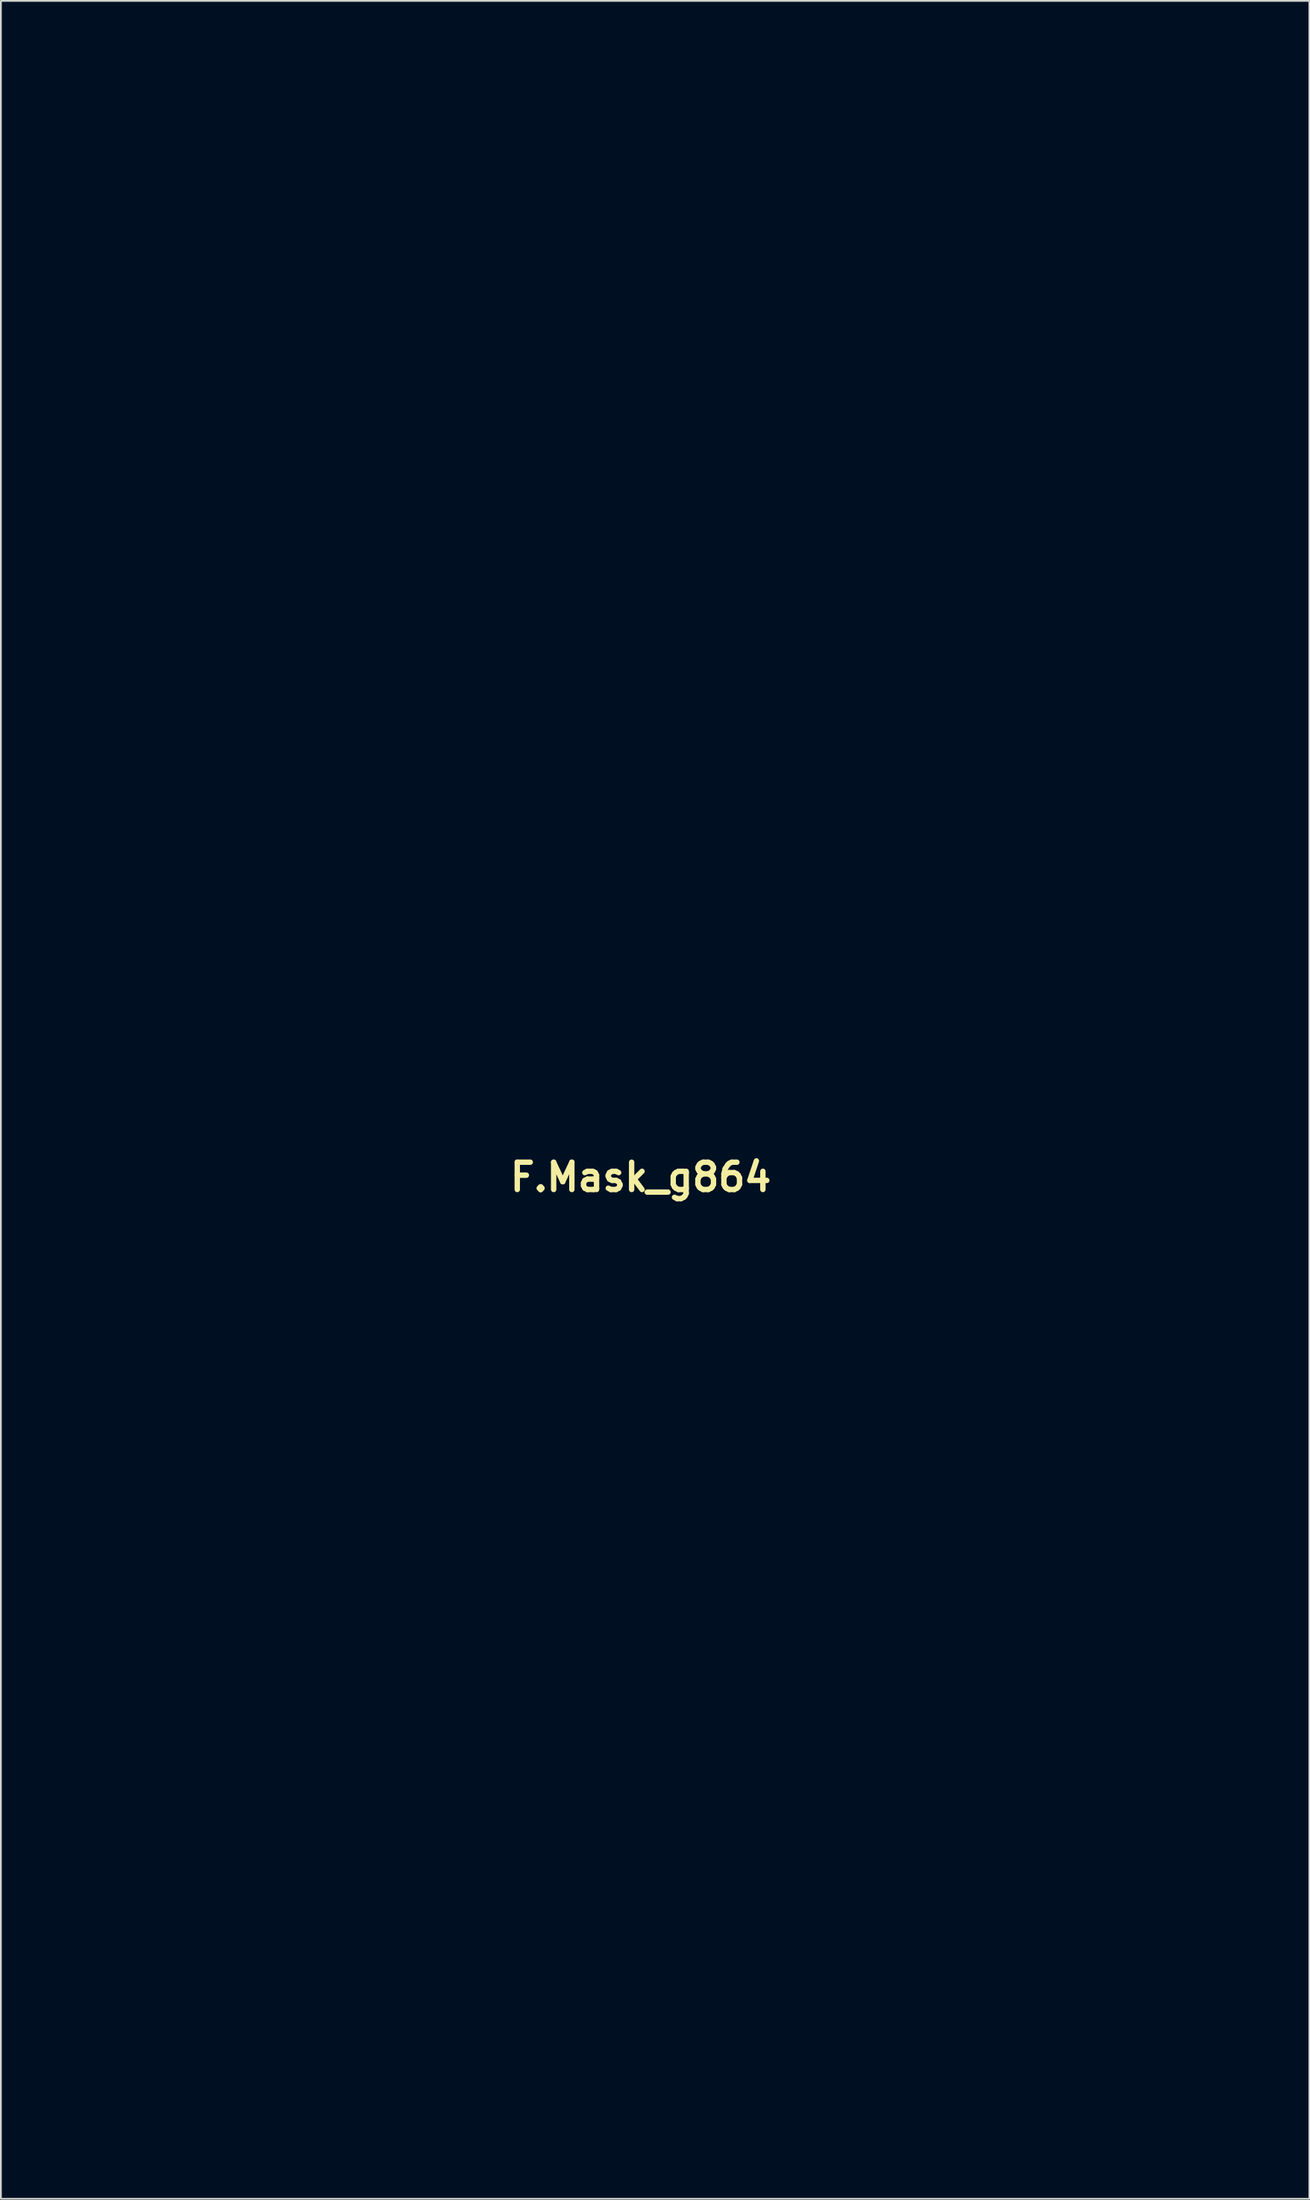
<source format=kicad_pcb>
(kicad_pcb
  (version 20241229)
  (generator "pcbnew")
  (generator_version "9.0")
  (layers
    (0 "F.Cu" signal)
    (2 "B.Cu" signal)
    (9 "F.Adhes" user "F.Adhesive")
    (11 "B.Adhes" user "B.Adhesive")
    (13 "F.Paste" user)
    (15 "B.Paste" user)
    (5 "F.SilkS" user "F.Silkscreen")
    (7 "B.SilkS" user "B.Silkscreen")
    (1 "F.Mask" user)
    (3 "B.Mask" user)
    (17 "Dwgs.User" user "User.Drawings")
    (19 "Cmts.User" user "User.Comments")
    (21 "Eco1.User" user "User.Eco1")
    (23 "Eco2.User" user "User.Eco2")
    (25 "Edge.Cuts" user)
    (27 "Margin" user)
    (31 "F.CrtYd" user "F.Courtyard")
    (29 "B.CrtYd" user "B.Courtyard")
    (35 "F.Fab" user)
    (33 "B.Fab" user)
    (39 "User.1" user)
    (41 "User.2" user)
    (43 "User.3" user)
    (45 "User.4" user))
  (footprint "F.Mask_g864"
    (layer "F.Cu")
    (at 32.729 62.661)
    (property "Reference" "F.Mask_g864" (at 0 0 0) (layer "F.SilkS") (effects (font (size 1.524 1.524) (thickness 0.3))))
    (attr through_hole)
    (fp_poly (pts (xy -10.583 -58.759) (xy -11.176 -58.759) (xy -11.176 -62.653) (xy -10.583 -62.653) (xy -10.583 -58.759)) (stroke (width 0.01) (type solid)) (fill yes) (layer "F.Mask"))
    (fp_poly (pts (xy -9.821 -17.611) (xy -20.701 -17.611) (xy -20.701 -31.073) (xy -9.821 -31.073) (xy -9.821 -17.611)) (stroke (width 0.01) (type solid)) (fill yes) (layer "F.Mask"))
    (fp_poly (pts (xy -1.905 -58.759) (xy -2.498 -58.759) (xy -2.498 -62.653) (xy -1.905 -62.653) (xy -1.905 -58.759)) (stroke (width 0.01) (type solid)) (fill yes) (layer "F.Mask"))
    (fp_poly (pts (xy -1.905 2.667) (xy -2.286 2.667) (xy -2.286 2.244) (xy -1.905 2.244) (xy -1.905 2.667)) (stroke (width 0.01) (type solid)) (fill yes) (layer "F.Mask"))
    (fp_poly (pts (xy -1.905 3.895) (xy -2.286 3.895) (xy -2.286 3.471) (xy -1.905 3.471) (xy -1.905 3.895)) (stroke (width 0.01) (type solid)) (fill yes) (layer "F.Mask"))
    (fp_poly (pts (xy 1.185 -0.804) (xy 0.677 -0.804) (xy 0.677 -4.022) (xy 1.185 -4.022) (xy 1.185 -0.804)) (stroke (width 0.01) (type solid)) (fill yes) (layer "F.Mask"))
    (fp_poly (pts (xy 8.636 3.895) (xy 8.128 3.895) (xy 8.128 0.72) (xy 8.636 0.72) (xy 8.636 3.895)) (stroke (width 0.01) (type solid)) (fill yes) (layer "F.Mask"))
    (fp_poly (pts (xy 9.313 -2.074) (xy 8.975 -2.074) (xy 8.975 -2.498) (xy 9.313 -2.498) (xy 9.313 -2.074)) (stroke (width 0.01) (type solid)) (fill yes) (layer "F.Mask"))
    (fp_poly (pts (xy 9.313 -0.804) (xy 8.975 -0.804) (xy 8.975 -1.27) (xy 9.313 -1.27) (xy 9.313 -0.804)) (stroke (width 0.01) (type solid)) (fill yes) (layer "F.Mask"))
    (fp_poly (pts (xy 14.69 3.895) (xy 14.182 3.895) (xy 14.182 0.72) (xy 14.69 0.72) (xy 14.69 3.895)) (stroke (width 0.01) (type solid)) (fill yes) (layer "F.Mask"))
    (fp_poly (pts (xy 29.803 -27.432) (xy 16.341 -27.432) (xy 16.341 -38.312) (xy 29.803 -38.312) (xy 29.803 -27.432)) (stroke (width 0.01) (type solid)) (fill yes) (layer "F.Mask"))
    (fp_poly (pts (xy -21.802 -17.611) (xy -32.724 -17.611) (xy -32.703 -31.052) (xy -27.252 -31.062) (xy -21.802 -31.073) (xy -21.802 -17.611)) (stroke (width 0.01) (type solid)) (fill yes) (layer "F.Mask"))
    (fp_poly (pts (xy 2.201 -17.611) (xy -8.721 -17.611) (xy -8.7 -31.052) (xy -3.249 -31.062) (xy 2.201 -31.073) (xy 2.201 -17.611)) (stroke (width 0.01) (type solid)) (fill yes) (layer "F.Mask"))
    (fp_poly (pts (xy 8.752 -31.062) (xy 14.203 -31.052) (xy 14.203 -17.632) (xy 8.752 -17.621) (xy 3.302 -17.61) (xy 3.302 -31.073) (xy 8.752 -31.062)) (stroke (width 0.01) (type solid)) (fill yes) (layer "F.Mask"))
    (fp_poly (pts (xy 29.792 -20.881) (xy 29.782 -15.431) (xy 23.061 -15.42) (xy 16.341 -15.409) (xy 16.341 -26.331) (xy 29.803 -26.331) (xy 29.792 -20.881)) (stroke (width 0.01) (type solid)) (fill yes) (layer "F.Mask"))
    (fp_poly (pts (xy -26.797 -11.769) (xy -27.432 -11.769) (xy -27.432 -15.071) (xy -27.707 -15.071) (xy -27.847 -15.075) (xy -27.946 -15.087) (xy -27.982 -15.104) (xy -27.954 -15.146) (xy -27.878 -15.232) (xy -27.768 -15.348) (xy -27.696 -15.421) (xy -27.409 -15.706) (xy -26.797 -15.706) (xy -26.797 -11.769)) (stroke (width 0.01) (type solid)) (fill yes) (layer "F.Mask"))
    (fp_poly (pts (xy -2.879 -11.769) (xy -3.514 -11.769) (xy -3.514 -15.071) (xy -3.789 -15.071) (xy -3.929 -15.075) (xy -4.028 -15.087) (xy -4.064 -15.104) (xy -4.036 -15.146) (xy -3.96 -15.232) (xy -3.85 -15.348) (xy -3.777 -15.421) (xy -3.49 -15.706) (xy -2.879 -15.706) (xy -2.879 -11.769)) (stroke (width 0.01) (type solid)) (fill yes) (layer "F.Mask"))
    (fp_poly (pts (xy 9.102 -60.77) (xy 10.986 -62.653) (xy 11.874 -62.653) (xy 10.901 -61.68) (xy 9.928 -60.706) (xy 10.901 -59.732) (xy 11.874 -58.759) (xy 10.986 -58.759) (xy 9.102 -60.642) (xy 9.102 -58.759) (xy 8.509 -58.759) (xy 8.509 -62.653) (xy 9.102 -62.653) (xy 9.102 -60.77)) (stroke (width 0.01) (type solid)) (fill yes) (layer "F.Mask"))
    (fp_poly (pts (xy 9.356 -11.769) (xy 8.721 -11.769) (xy 8.721 -15.071) (xy 8.445 -15.071) (xy 8.305 -15.075) (xy 8.206 -15.087) (xy 8.17 -15.104) (xy 8.199 -15.146) (xy 8.274 -15.232) (xy 8.385 -15.348) (xy 8.457 -15.421) (xy 8.744 -15.706) (xy 9.356 -15.706) (xy 9.356 -11.769)) (stroke (width 0.01) (type solid)) (fill yes) (layer "F.Mask"))
    (fp_poly (pts (xy 34.332 -22.31) (xy 31.03 -22.31) (xy 31.03 -22.035) (xy 31.026 -21.894) (xy 31.014 -21.795) (xy 30.997 -21.759) (xy 30.955 -21.788) (xy 30.869 -21.863) (xy 30.753 -21.974) (xy 30.68 -22.046) (xy 30.395 -22.333) (xy 30.395 -22.945) (xy 34.332 -22.945) (xy 34.332 -22.31)) (stroke (width 0.01) (type solid)) (fill yes) (layer "F.Mask"))
    (fp_poly (pts (xy -14.901 -11.769) (xy -15.494 -11.769) (xy -15.494 -15.071) (xy -15.79 -15.071) (xy -15.936 -15.075) (xy -16.042 -15.086) (xy -16.086 -15.102) (xy -16.087 -15.104) (xy -16.058 -15.146) (xy -15.983 -15.232) (xy -15.872 -15.348) (xy -15.8 -15.421) (xy -15.513 -15.706) (xy -14.901 -15.706) (xy -14.901 -11.769)) (stroke (width 0.01) (type solid)) (fill yes) (layer "F.Mask"))
    (fp_poly (pts (xy -5.503 -3.514) (xy -6.619 -3.514) (xy -5.507 -2.688) (xy -5.505 -2.424) (xy -5.503 -2.159) (xy -7.027 -2.159) (xy -7.027 -1.312) (xy -5.503 -1.312) (xy -5.503 -0.804) (xy -7.535 -0.804) (xy -7.535 -2.665) (xy -6.959 -2.676) (xy -6.383 -2.688) (xy -7.535 -3.533) (xy -7.535 -4.022) (xy -5.503 -4.022) (xy -5.503 -3.514)) (stroke (width 0.01) (type solid)) (fill yes) (layer "F.Mask"))
    (fp_poly (pts (xy 6.181 -3.516) (xy 5.621 -3.504) (xy 5.062 -3.493) (xy 5.621 -3.081) (xy 6.181 -2.669) (xy 6.181 -2.159) (xy 4.657 -2.159) (xy 4.657 -1.312) (xy 6.181 -1.312) (xy 6.181 -0.804) (xy 4.149 -0.804) (xy 4.149 -2.667) (xy 5.308 -2.667) (xy 4.149 -3.52) (xy 4.149 -4.022) (xy 6.181 -4.022) (xy 6.181 -3.516)) (stroke (width 0.01) (type solid)) (fill yes) (layer "F.Mask"))
    (fp_poly (pts (xy 8.255 -62.063) (xy 6.879 -62.039) (xy 7.567 -61.532) (xy 8.255 -61.023) (xy 8.255 -60.717) (xy 8.255 -60.41) (xy 6.435 -60.41) (xy 6.435 -59.351) (xy 8.255 -59.351) (xy 8.255 -58.759) (xy 5.8 -58.759) (xy 5.8 -61) (xy 7.203 -61.023) (xy 5.8 -62.06) (xy 5.8 -62.653) (xy 8.255 -62.653) (xy 8.255 -62.063)) (stroke (width 0.01) (type solid)) (fill yes) (layer "F.Mask"))
    (fp_poly (pts (xy 10.372 54.017) (xy 9.737 54.017) (xy 9.737 52.366) (xy 8.34 52.366) (xy 8.34 51.783) (xy 8.382 51.731) (xy 9.223 51.731) (xy 9.737 51.731) (xy 9.734 51.117) (xy 9.565 51.308) (xy 9.456 51.434) (xy 9.356 51.555) (xy 9.31 51.615) (xy 9.223 51.731) (xy 8.382 51.731) (xy 9.048 50.932) (xy 9.756 50.08) (xy 10.372 50.08) (xy 10.372 54.017)) (stroke (width 0.01) (type solid)) (fill yes) (layer "F.Mask"))
    (fp_poly (pts (xy 6.858 -2.941) (xy 7.684 -2.117) (xy 8.509 -1.292) (xy 8.509 -0.804) (xy 6.35 -0.804) (xy 6.35 -1.312) (xy 6.858 -1.312) (xy 7.303 -1.312) (xy 7.485 -1.313) (xy 7.631 -1.316) (xy 7.724 -1.32) (xy 7.747 -1.324) (xy 7.719 -1.356) (xy 7.641 -1.437) (xy 7.523 -1.556) (xy 7.378 -1.703) (xy 7.303 -1.778) (xy 6.858 -2.221) (xy 6.858 -1.312) (xy 6.35 -1.312) (xy 6.35 -4.022) (xy 6.858 -4.022) (xy 6.858 -2.941)) (stroke (width 0.01) (type solid)) (fill yes) (layer "F.Mask"))
    (fp_poly (pts (xy 9.591 3.475) (xy 9.639 3.504) (xy 9.652 3.581) (xy 9.652 3.64) (xy 9.63 3.785) (xy 9.574 3.96) (xy 9.537 4.042) (xy 9.467 4.174) (xy 9.41 4.245) (xy 9.348 4.273) (xy 9.305 4.276) (xy 9.214 4.258) (xy 9.186 4.219) (xy 9.198 4.148) (xy 9.228 4.029) (xy 9.249 3.954) (xy 9.287 3.802) (xy 9.31 3.658) (xy 9.313 3.609) (xy 9.319 3.521) (xy 9.353 3.482) (xy 9.439 3.472) (xy 9.483 3.471) (xy 9.591 3.475)) (stroke (width 0.01) (type solid)) (fill yes) (layer "F.Mask"))
    (fp_poly (pts (xy 12.615 -61.319) (xy 13.61 -60.325) (xy 14.605 -59.331) (xy 14.605 -58.759) (xy 11.98 -58.759) (xy 11.98 -59.351) (xy 12.615 -59.351) (xy 13.166 -59.351) (xy 13.37 -59.352) (xy 13.541 -59.354) (xy 13.661 -59.358) (xy 13.714 -59.362) (xy 13.716 -59.363) (xy 13.688 -59.394) (xy 13.608 -59.477) (xy 13.488 -59.599) (xy 13.336 -59.753) (xy 13.166 -59.923) (xy 12.615 -60.472) (xy 12.615 -59.351) (xy 11.98 -59.351) (xy 11.98 -62.653) (xy 12.615 -62.653) (xy 12.615 -61.319)) (stroke (width 0.01) (type solid)) (fill yes) (layer "F.Mask"))
    (fp_poly (pts (xy -13.123 -48.302) (xy -13.413 -48.302) (xy -13.562 -48.306) (xy -13.676 -48.316) (xy -13.73 -48.33) (xy -13.73 -48.331) (xy -13.736 -48.378) (xy -13.742 -48.5) (xy -13.747 -48.689) (xy -13.752 -48.934) (xy -13.755 -49.226) (xy -13.757 -49.556) (xy -13.758 -49.915) (xy -13.758 -49.982) (xy -13.758 -51.604) (xy -14.034 -51.604) (xy -14.174 -51.609) (xy -14.273 -51.621) (xy -14.309 -51.637) (xy -14.28 -51.679) (xy -14.205 -51.766) (xy -14.094 -51.882) (xy -14.022 -51.955) (xy -13.735 -52.239) (xy -13.123 -52.239) (xy -13.123 -48.302)) (stroke (width 0.01) (type solid)) (fill yes) (layer "F.Mask"))
    (fp_poly (pts (xy 12.404 -11.769) (xy 12.114 -11.769) (xy 11.965 -11.773) (xy 11.851 -11.783) (xy 11.797 -11.797) (xy 11.797 -11.797) (xy 11.791 -11.844) (xy 11.785 -11.967) (xy 11.78 -12.155) (xy 11.775 -12.4) (xy 11.772 -12.692) (xy 11.77 -13.023) (xy 11.769 -13.381) (xy 11.769 -13.448) (xy 11.769 -15.071) (xy 11.493 -15.071) (xy 11.353 -15.075) (xy 11.254 -15.087) (xy 11.218 -15.104) (xy 11.247 -15.146) (xy 11.322 -15.232) (xy 11.433 -15.348) (xy 11.505 -15.421) (xy 11.792 -15.706) (xy 12.404 -15.706) (xy 12.404 -11.769)) (stroke (width 0.01) (type solid)) (fill yes) (layer "F.Mask"))
    (fp_poly (pts (xy -9.495 -3.473) (xy -9.366 -3.285) (xy -9.252 -3.125) (xy -9.162 -3.004) (xy -9.106 -2.935) (xy -9.091 -2.923) (xy -9.058 -2.955) (xy -8.988 -3.047) (xy -8.888 -3.186) (xy -8.768 -3.359) (xy -8.693 -3.471) (xy -8.326 -4.022) (xy -7.789 -4.022) (xy -7.789 -0.804) (xy -8.054 -0.806) (xy -8.319 -0.808) (xy -9.406 -2.421) (xy -8.769 -2.421) (xy -8.544 -2.082) (xy -8.319 -1.743) (xy -8.306 -2.078) (xy -8.302 -2.298) (xy -8.302 -2.547) (xy -8.306 -2.76) (xy -8.319 -3.107) (xy -8.544 -2.764) (xy -8.769 -2.421) (xy -9.406 -2.421) (xy -9.842 -3.069) (xy -9.854 -1.937) (xy -9.865 -0.804) (xy -10.372 -0.804) (xy -10.372 -4.022) (xy -9.868 -4.022) (xy -9.495 -3.473)) (stroke (width 0.01) (type solid)) (fill yes) (layer "F.Mask"))
    (fp_poly (pts (xy 0.391 1.174) (xy 0.847 1.628) (xy 1.302 1.174) (xy 1.758 0.72) (xy 2.286 0.72) (xy 2.286 3.895) (xy 1.778 3.895) (xy 1.778 3.279) (xy 1.322 2.825) (xy 0.866 2.371) (xy 0.412 2.826) (xy -0.042 3.282) (xy -0.042 3.895) (xy -0.593 3.895) (xy -0.593 2.518) (xy -0.042 2.518) (xy 0.467 2.008) (xy 1.228 2.008) (xy 1.491 2.274) (xy 1.609 2.393) (xy 1.703 2.484) (xy 1.758 2.534) (xy 1.766 2.54) (xy 1.771 2.5) (xy 1.774 2.392) (xy 1.777 2.231) (xy 1.778 2.032) (xy 1.778 2.001) (xy 1.778 1.463) (xy 1.503 1.736) (xy 1.228 2.008) (xy 0.467 2.008) (xy 0.486 1.99) (xy -0.042 1.461) (xy -0.042 2.518) (xy -0.593 2.518) (xy -0.593 0.72) (xy -0.065 0.72) (xy 0.391 1.174)) (stroke (width 0.01) (type solid)) (fill yes) (layer "F.Mask"))
    (fp_poly (pts (xy 16.643 -60.759) (xy 16.888 -60.4) (xy 17.118 -60.062) (xy 17.33 -59.75) (xy 17.519 -59.472) (xy 17.681 -59.234) (xy 17.811 -59.043) (xy 17.904 -58.905) (xy 17.956 -58.826) (xy 17.966 -58.812) (xy 17.962 -58.785) (xy 17.904 -58.769) (xy 17.783 -58.761) (xy 17.622 -58.759) (xy 17.246 -58.759) (xy 16.786 -59.436) (xy 16.643 -59.646) (xy 16.515 -59.829) (xy 16.41 -59.975) (xy 16.336 -60.073) (xy 16.301 -60.113) (xy 16.3 -60.113) (xy 16.269 -60.08) (xy 16.198 -59.987) (xy 16.096 -59.845) (xy 15.97 -59.665) (xy 15.828 -59.458) (xy 15.813 -59.436) (xy 15.353 -58.759) (xy 14.732 -58.759) (xy 14.732 -59.881) (xy 15.367 -59.881) (xy 15.643 -60.294) (xy 15.919 -60.706) (xy 15.643 -61.118) (xy 15.367 -61.531) (xy 15.367 -59.881) (xy 14.732 -59.881) (xy 14.732 -62.653) (xy 15.351 -62.653) (xy 16.643 -60.759)) (stroke (width 0.01) (type solid)) (fill yes) (layer "F.Mask"))
    (fp_poly (pts (xy 11.948 1.174) (xy 12.404 1.628) (xy 12.859 1.174) (xy 13.315 0.72) (xy 13.801 0.72) (xy 13.801 3.895) (xy 13.293 3.895) (xy 13.293 3.279) (xy 12.381 2.371) (xy 11.927 2.826) (xy 11.472 3.282) (xy 11.472 3.895) (xy 10.964 3.895) (xy 10.964 2.214) (xy 11.472 2.214) (xy 11.476 2.364) (xy 11.496 2.441) (xy 11.538 2.45) (xy 11.614 2.397) (xy 11.731 2.289) (xy 11.823 2.202) (xy 12.025 2.011) (xy 12.003 1.989) (xy 12.765 1.989) (xy 13.017 2.243) (xy 13.133 2.359) (xy 13.223 2.447) (xy 13.275 2.494) (xy 13.281 2.498) (xy 13.285 2.458) (xy 13.289 2.35) (xy 13.292 2.19) (xy 13.293 1.993) (xy 13.293 1.98) (xy 13.293 1.461) (xy 12.765 1.989) (xy 12.003 1.989) (xy 11.749 1.737) (xy 11.472 1.463) (xy 11.472 1.985) (xy 11.472 2.214) (xy 10.964 2.214) (xy 10.964 0.72) (xy 11.492 0.72) (xy 11.948 1.174)) (stroke (width 0.01) (type solid)) (fill yes) (layer "F.Mask"))
    (fp_poly (pts (xy 27.188 -54.408) (xy 27.205 -54.405) (xy 27.577 -54.293) (xy 27.894 -54.118) (xy 28.156 -53.878) (xy 28.367 -53.572) (xy 28.431 -53.446) (xy 28.507 -53.269) (xy 28.551 -53.126) (xy 28.57 -52.978) (xy 28.575 -52.79) (xy 28.57 -52.597) (xy 28.55 -52.448) (xy 28.506 -52.306) (xy 28.434 -52.141) (xy 28.239 -51.812) (xy 27.988 -51.544) (xy 27.688 -51.341) (xy 27.345 -51.208) (xy 27.225 -51.182) (xy 27.022 -51.15) (xy 26.856 -51.147) (xy 26.682 -51.171) (xy 26.564 -51.197) (xy 26.219 -51.323) (xy 25.912 -51.519) (xy 25.655 -51.776) (xy 25.459 -52.084) (xy 25.449 -52.105) (xy 25.397 -52.226) (xy 25.364 -52.337) (xy 25.345 -52.463) (xy 25.338 -52.63) (xy 25.337 -52.791) (xy 25.338 -52.996) (xy 25.347 -53.144) (xy 25.368 -53.259) (xy 25.405 -53.368) (xy 25.465 -53.497) (xy 25.475 -53.518) (xy 25.665 -53.815) (xy 25.91 -54.061) (xy 26.198 -54.25) (xy 26.515 -54.375) (xy 26.85 -54.43) (xy 27.188 -54.408)) (stroke (width 0.01) (type solid)) (fill yes) (layer "F.Mask"))
    (fp_poly (pts (xy 34.31 -22.017) (xy 34.324 -21.912) (xy 34.332 -21.761) (xy 34.332 -21.698) (xy 34.332 -21.341) (xy 33.618 -20.861) (xy 32.904 -20.382) (xy 33.618 -19.898) (xy 34.332 -19.414) (xy 34.332 -18.796) (xy 30.395 -18.796) (xy 30.395 -19.422) (xy 30.409 -19.431) (xy 31.522 -19.431) (xy 32.343 -19.431) (xy 32.602 -19.433) (xy 32.82 -19.438) (xy 32.988 -19.445) (xy 33.093 -19.455) (xy 33.124 -19.467) (xy 33.124 -19.468) (xy 33.055 -19.522) (xy 32.943 -19.603) (xy 32.805 -19.698) (xy 32.66 -19.796) (xy 32.525 -19.883) (xy 32.419 -19.949) (xy 32.361 -19.98) (xy 32.356 -19.981) (xy 32.307 -19.959) (xy 32.205 -19.897) (xy 32.065 -19.805) (xy 31.919 -19.706) (xy 31.522 -19.431) (xy 30.409 -19.431) (xy 32.324 -20.739) (xy 32.685 -20.985) (xy 33.025 -21.216) (xy 33.339 -21.428) (xy 33.619 -21.616) (xy 33.859 -21.777) (xy 34.052 -21.905) (xy 34.193 -21.996) (xy 34.274 -22.047) (xy 34.292 -22.056) (xy 34.31 -22.017)) (stroke (width 0.01) (type solid)) (fill yes) (layer "F.Mask"))
    (fp_poly (pts (xy -23.453 -15.093) (xy -23.967 -14.577) (xy -24.482 -14.061) (xy -24.316 -14.017) (xy -24.126 -13.943) (xy -23.931 -13.83) (xy -23.763 -13.699) (xy -23.67 -13.597) (xy -23.529 -13.332) (xy -23.461 -13.052) (xy -23.464 -12.769) (xy -23.534 -12.498) (xy -23.668 -12.252) (xy -23.862 -12.046) (xy -24.071 -11.913) (xy -24.182 -11.862) (xy -24.285 -11.827) (xy -24.399 -11.803) (xy -24.547 -11.789) (xy -24.749 -11.779) (xy -24.859 -11.776) (xy -25.4 -11.759) (xy -25.4 -12.404) (xy -24.932 -12.404) (xy -24.673 -12.409) (xy -24.482 -12.429) (xy -24.344 -12.468) (xy -24.243 -12.531) (xy -24.165 -12.622) (xy -24.157 -12.633) (xy -24.106 -12.768) (xy -24.09 -12.937) (xy -24.111 -13.099) (xy -24.154 -13.199) (xy -24.235 -13.29) (xy -24.339 -13.354) (xy -24.481 -13.393) (xy -24.676 -13.414) (xy -24.932 -13.42) (xy -25.4 -13.42) (xy -25.4 -14.032) (xy -24.882 -14.551) (xy -24.364 -15.071) (xy -25.4 -15.071) (xy -25.4 -15.706) (xy -23.453 -15.706) (xy -23.453 -15.093)) (stroke (width 0.01) (type solid)) (fill yes) (layer "F.Mask"))
    (fp_poly (pts (xy -7.045 1.766) (xy -6.841 2.064) (xy -6.632 2.37) (xy -6.429 2.668) (xy -6.241 2.942) (xy -6.081 3.177) (xy -5.959 3.356) (xy -5.589 3.898) (xy -5.916 3.886) (xy -6.242 3.873) (xy -6.603 3.336) (xy -6.729 3.149) (xy -6.839 2.991) (xy -6.924 2.872) (xy -6.976 2.806) (xy -6.987 2.796) (xy -7.018 2.828) (xy -7.087 2.919) (xy -7.186 3.057) (xy -7.307 3.229) (xy -7.386 3.344) (xy -7.76 3.895) (xy -8.297 3.895) (xy -8.297 2.339) (xy -7.789 2.339) (xy -7.789 3.026) (xy -7.556 2.678) (xy -7.458 2.529) (xy -7.38 2.406) (xy -7.333 2.327) (xy -7.324 2.306) (xy -7.346 2.261) (xy -7.403 2.168) (xy -7.483 2.047) (xy -7.572 1.915) (xy -7.658 1.793) (xy -7.727 1.699) (xy -7.766 1.653) (xy -7.769 1.651) (xy -7.776 1.691) (xy -7.782 1.802) (xy -7.786 1.969) (xy -7.789 2.178) (xy -7.789 2.339) (xy -8.297 2.339) (xy -8.297 0.72) (xy -7.761 0.72) (xy -7.045 1.766)) (stroke (width 0.01) (type solid)) (fill yes) (layer "F.Mask"))
    (fp_poly (pts (xy -26.162 54.017) (xy -26.78 54.017) (xy -27.22 53.359) (xy -27.362 53.149) (xy -27.489 52.963) (xy -27.595 52.812) (xy -27.669 52.709) (xy -27.705 52.664) (xy -27.746 52.684) (xy -27.828 52.775) (xy -27.95 52.933) (xy -28.111 53.157) (xy -28.217 53.312) (xy -28.685 53.996) (xy -29.058 54.008) (xy -29.241 54.012) (xy -29.353 54.007) (xy -29.405 53.991) (xy -29.411 53.965) (xy -29.383 53.92) (xy -29.313 53.813) (xy -29.203 53.648) (xy -29.059 53.433) (xy -28.884 53.175) (xy -28.684 52.879) (xy -28.463 52.553) (xy -28.225 52.204) (xy -28.119 52.049) (xy -27.347 52.049) (xy -27.325 52.092) (xy -27.263 52.189) (xy -27.173 52.325) (xy -27.083 52.457) (xy -26.818 52.839) (xy -26.806 52.457) (xy -26.802 52.226) (xy -26.801 51.961) (xy -26.805 51.712) (xy -26.806 51.667) (xy -26.818 51.259) (xy -27.083 51.641) (xy -27.19 51.798) (xy -27.276 51.928) (xy -27.331 52.017) (xy -27.347 52.049) (xy -28.119 52.049) (xy -28.083 51.995) (xy -26.776 50.081) (xy -26.469 50.081) (xy -26.162 50.08) (xy -26.162 54.017)) (stroke (width 0.01) (type solid)) (fill yes) (layer "F.Mask"))
    (fp_poly (pts (xy 3.387 -62.015) (xy 3.389 -61.795) (xy 3.395 -61.609) (xy 3.404 -61.472) (xy 3.415 -61.399) (xy 3.422 -61.39) (xy 3.468 -61.414) (xy 3.577 -61.473) (xy 3.735 -61.56) (xy 3.932 -61.668) (xy 4.155 -61.791) (xy 4.183 -61.807) (xy 4.909 -62.209) (xy 4.911 -62.653) (xy 5.546 -62.653) (xy 5.546 -58.759) (xy 4.911 -58.759) (xy 4.911 -59.482) (xy 4.909 -59.734) (xy 4.902 -59.941) (xy 4.893 -60.092) (xy 4.881 -60.177) (xy 4.872 -60.191) (xy 4.824 -60.167) (xy 4.715 -60.108) (xy 4.556 -60.021) (xy 4.358 -59.913) (xy 4.135 -59.789) (xy 4.11 -59.775) (xy 3.387 -59.373) (xy 3.387 -58.759) (xy 2.794 -58.759) (xy 2.794 -60.657) (xy 3.387 -60.657) (xy 3.387 -60.385) (xy 3.39 -60.246) (xy 3.399 -60.148) (xy 3.411 -60.113) (xy 3.453 -60.133) (xy 3.558 -60.188) (xy 3.714 -60.271) (xy 3.909 -60.378) (xy 4.132 -60.501) (xy 4.173 -60.524) (xy 4.911 -60.934) (xy 4.911 -61.504) (xy 3.387 -60.657) (xy 2.794 -60.657) (xy 2.794 -62.653) (xy 3.387 -62.653) (xy 3.387 -62.015)) (stroke (width 0.01) (type solid)) (fill yes) (layer "F.Mask"))
    (fp_poly (pts (xy -14.517 -61.26) (xy -13.568 -59.867) (xy -13.544 -60.667) (xy -13.912 -61.205) (xy -14.075 -61.443) (xy -14.254 -61.705) (xy -14.429 -61.96) (xy -14.476 -62.028) (xy -13.696 -62.028) (xy -13.657 -61.953) (xy -13.646 -61.934) (xy -13.593 -61.849) (xy -13.561 -61.808) (xy -13.559 -61.807) (xy -13.55 -61.844) (xy -13.547 -61.932) (xy -13.547 -61.934) (xy -13.56 -62.026) (xy -13.609 -62.059) (xy -13.634 -62.061) (xy -13.689 -62.056) (xy -13.696 -62.028) (xy -14.476 -62.028) (xy -14.58 -62.178) (xy -14.593 -62.198) (xy -14.907 -62.653) (xy -12.954 -62.653) (xy -12.954 -60.912) (xy -12.255 -59.881) (xy -12.244 -61.267) (xy -12.233 -62.653) (xy -11.599 -62.653) (xy -11.599 -58.759) (xy -11.927 -58.76) (xy -12.255 -58.762) (xy -12.933 -59.772) (xy -12.945 -59.265) (xy -12.957 -58.759) (xy -13.57 -58.759) (xy -14.818 -60.584) (xy -15.06 -60.939) (xy -15.29 -61.275) (xy -15.502 -61.587) (xy -15.693 -61.866) (xy -15.856 -62.106) (xy -15.987 -62.299) (xy -16.082 -62.44) (xy -16.136 -62.519) (xy -16.144 -62.531) (xy -16.222 -62.653) (xy -15.465 -62.653) (xy -14.517 -61.26)) (stroke (width 0.01) (type solid)) (fill yes) (layer "F.Mask"))
    (fp_poly (pts (xy -8.805 54.017) (xy -9.112 54.017) (xy -9.419 54.017) (xy -9.863 53.358) (xy -10.006 53.148) (xy -10.134 52.962) (xy -10.239 52.812) (xy -10.314 52.708) (xy -10.35 52.664) (xy -10.388 52.685) (xy -10.467 52.772) (xy -10.581 52.919) (xy -10.727 53.12) (xy -10.861 53.313) (xy -11.329 53.996) (xy -11.701 54.008) (xy -11.892 54.011) (xy -12.008 54.004) (xy -12.055 53.985) (xy -12.057 53.972) (xy -12.03 53.928) (xy -11.961 53.822) (xy -11.852 53.658) (xy -11.709 53.445) (xy -11.535 53.187) (xy -11.335 52.892) (xy -11.114 52.567) (xy -10.876 52.217) (xy -10.762 52.049) (xy -9.991 52.049) (xy -9.968 52.09) (xy -9.907 52.185) (xy -9.817 52.32) (xy -9.726 52.453) (xy -9.461 52.838) (xy -9.449 52.456) (xy -9.445 52.226) (xy -9.445 51.961) (xy -9.448 51.712) (xy -9.449 51.667) (xy -9.461 51.26) (xy -9.726 51.644) (xy -9.833 51.801) (xy -9.919 51.931) (xy -9.974 52.018) (xy -9.991 52.049) (xy -10.762 52.049) (xy -10.73 52.002) (xy -9.419 50.082) (xy -9.112 50.081) (xy -8.805 50.08) (xy -8.805 54.017)) (stroke (width 0.01) (type solid)) (fill yes) (layer "F.Mask"))
    (fp_poly (pts (xy 24.892 54.021) (xy 24.586 54.009) (xy 24.28 53.996) (xy 23.815 53.311) (xy 23.671 53.102) (xy 23.543 52.92) (xy 23.437 52.775) (xy 23.362 52.68) (xy 23.325 52.643) (xy 23.323 52.643) (xy 23.292 52.682) (xy 23.221 52.779) (xy 23.119 52.925) (xy 22.992 53.108) (xy 22.849 53.317) (xy 22.835 53.338) (xy 22.373 54.017) (xy 22.003 54.017) (xy 21.838 54.015) (xy 21.71 54.01) (xy 21.64 54.002) (xy 21.632 53.998) (xy 21.656 53.96) (xy 21.722 53.859) (xy 21.828 53.701) (xy 21.969 53.492) (xy 22.141 53.239) (xy 22.338 52.947) (xy 22.558 52.624) (xy 22.796 52.276) (xy 22.951 52.049) (xy 23.735 52.049) (xy 23.758 52.099) (xy 23.82 52.202) (xy 23.911 52.343) (xy 24.007 52.486) (xy 24.278 52.88) (xy 24.29 52.452) (xy 24.294 52.207) (xy 24.295 51.934) (xy 24.292 51.682) (xy 24.29 51.62) (xy 24.278 51.217) (xy 24.007 51.612) (xy 23.898 51.773) (xy 23.81 51.911) (xy 23.753 52.008) (xy 23.735 52.049) (xy 22.951 52.049) (xy 22.957 52.04) (xy 24.281 50.102) (xy 24.892 50.077) (xy 24.892 54.021)) (stroke (width 0.01) (type solid)) (fill yes) (layer "F.Mask"))
    (fp_poly (pts (xy 8.297 54.017) (xy 7.99 54.016) (xy 7.684 54.014) (xy 7.218 53.318) (xy 7.074 53.105) (xy 6.947 52.918) (xy 6.842 52.769) (xy 6.768 52.667) (xy 6.733 52.624) (xy 6.731 52.623) (xy 6.702 52.657) (xy 6.634 52.75) (xy 6.534 52.893) (xy 6.409 53.075) (xy 6.268 53.285) (xy 6.244 53.32) (xy 5.779 54.015) (xy 5.405 54.016) (xy 5.236 54.013) (xy 5.112 54.002) (xy 5.049 53.986) (xy 5.045 53.978) (xy 5.071 53.937) (xy 5.14 53.832) (xy 5.248 53.67) (xy 5.391 53.458) (xy 5.564 53.202) (xy 5.763 52.908) (xy 5.983 52.583) (xy 6.221 52.233) (xy 6.346 52.049) (xy 7.14 52.049) (xy 7.163 52.102) (xy 7.225 52.208) (xy 7.317 52.351) (xy 7.412 52.492) (xy 7.684 52.885) (xy 7.696 52.454) (xy 7.7 52.208) (xy 7.7 51.935) (xy 7.697 51.682) (xy 7.696 51.618) (xy 7.684 51.213) (xy 7.412 51.606) (xy 7.303 51.767) (xy 7.215 51.906) (xy 7.158 52.006) (xy 7.14 52.049) (xy 6.346 52.049) (xy 6.371 52.012) (xy 7.684 50.085) (xy 7.99 50.082) (xy 8.297 50.08) (xy 8.297 54.017)) (stroke (width 0.01) (type solid)) (fill yes) (layer "F.Mask"))
    (fp_poly (pts (xy -6.519 50.695) (xy -7.025 51.2) (xy -7.191 51.368) (xy -7.331 51.517) (xy -7.437 51.635) (xy -7.498 51.713) (xy -7.509 51.739) (xy -7.455 51.767) (xy -7.395 51.774) (xy -7.283 51.801) (xy -7.136 51.872) (xy -6.981 51.969) (xy -6.842 52.077) (xy -6.756 52.167) (xy -6.611 52.423) (xy -6.535 52.705) (xy -6.529 52.996) (xy -6.591 53.279) (xy -6.722 53.535) (xy -6.77 53.598) (xy -6.878 53.702) (xy -7.023 53.811) (xy -7.118 53.869) (xy -7.217 53.92) (xy -7.306 53.956) (xy -7.406 53.979) (xy -7.536 53.994) (xy -7.716 54.004) (xy -7.906 54.01) (xy -8.467 54.027) (xy -8.467 53.382) (xy -7.986 53.382) (xy -7.771 53.381) (xy -7.622 53.374) (xy -7.518 53.358) (xy -7.44 53.331) (xy -7.368 53.29) (xy -7.362 53.286) (xy -7.219 53.143) (xy -7.147 52.964) (xy -7.152 52.766) (xy -7.166 52.717) (xy -7.256 52.559) (xy -7.362 52.463) (xy -7.433 52.42) (xy -7.51 52.392) (xy -7.611 52.376) (xy -7.756 52.368) (xy -7.964 52.366) (xy -7.986 52.366) (xy -8.467 52.366) (xy -8.467 51.754) (xy -7.949 51.235) (xy -7.431 50.715) (xy -8.467 50.715) (xy -8.467 50.08) (xy -6.519 50.08) (xy -6.519 50.695)) (stroke (width 0.01) (type solid)) (fill yes) (layer "F.Mask"))
    (fp_poly (pts (xy -0.254 -51.627) (xy -0.769 -51.111) (xy -1.283 -50.595) (xy -1.114 -50.55) (xy -0.839 -50.435) (xy -0.611 -50.259) (xy -0.436 -50.034) (xy -0.321 -49.775) (xy -0.272 -49.493) (xy -0.295 -49.202) (xy -0.359 -48.998) (xy -0.476 -48.802) (xy -0.652 -48.616) (xy -0.862 -48.465) (xy -0.906 -48.441) (xy -1.003 -48.395) (xy -1.097 -48.363) (xy -1.207 -48.341) (xy -1.353 -48.327) (xy -1.554 -48.316) (xy -1.704 -48.311) (xy -2.286 -48.291) (xy -2.286 -48.937) (xy -1.784 -48.937) (xy -1.565 -48.939) (xy -1.411 -48.945) (xy -1.305 -48.959) (xy -1.226 -48.984) (xy -1.157 -49.022) (xy -1.139 -49.034) (xy -0.985 -49.179) (xy -0.903 -49.351) (xy -0.897 -49.534) (xy -0.97 -49.715) (xy -0.971 -49.718) (xy -1.041 -49.809) (xy -1.119 -49.873) (xy -1.221 -49.914) (xy -1.364 -49.938) (xy -1.564 -49.949) (xy -1.767 -49.952) (xy -2.286 -49.953) (xy -2.286 -51.604) (xy -1.651 -51.604) (xy -1.651 -51.393) (xy -1.649 -51.272) (xy -1.643 -51.195) (xy -1.639 -51.181) (xy -1.605 -51.209) (xy -1.529 -51.282) (xy -1.426 -51.385) (xy -1.418 -51.393) (xy -1.21 -51.604) (xy -1.651 -51.604) (xy -2.286 -51.604) (xy -2.286 -52.239) (xy -0.254 -52.239) (xy -0.254 -51.627)) (stroke (width 0.01) (type solid)) (fill yes) (layer "F.Mask"))
    (fp_poly (pts (xy 34.317 -33.441) (xy 34.328 -33.361) (xy 34.332 -33.218) (xy 34.332 -33.133) (xy 34.332 -32.771) (xy 33.635 -32.297) (xy 33.423 -32.151) (xy 33.24 -32.02) (xy 33.094 -31.912) (xy 32.996 -31.834) (xy 32.957 -31.794) (xy 32.957 -31.791) (xy 32.997 -31.758) (xy 33.096 -31.686) (xy 33.243 -31.582) (xy 33.426 -31.455) (xy 33.636 -31.312) (xy 33.654 -31.299) (xy 34.331 -30.84) (xy 34.332 -30.533) (xy 34.332 -30.226) (xy 30.395 -30.226) (xy 30.395 -30.847) (xy 30.415 -30.861) (xy 31.518 -30.861) (xy 32.341 -30.861) (xy 32.591 -30.863) (xy 32.807 -30.867) (xy 32.976 -30.875) (xy 33.086 -30.884) (xy 33.125 -30.894) (xy 33.124 -30.896) (xy 33.063 -30.943) (xy 32.957 -31.018) (xy 32.824 -31.111) (xy 32.681 -31.208) (xy 32.546 -31.298) (xy 32.438 -31.369) (xy 32.374 -31.407) (xy 32.364 -31.411) (xy 32.322 -31.389) (xy 32.224 -31.329) (xy 32.086 -31.24) (xy 31.929 -31.136) (xy 31.518 -30.861) (xy 30.415 -30.861) (xy 32.295 -32.144) (xy 32.654 -32.39) (xy 32.994 -32.621) (xy 33.307 -32.833) (xy 33.588 -33.022) (xy 33.829 -33.184) (xy 34.023 -33.314) (xy 34.164 -33.407) (xy 34.246 -33.459) (xy 34.263 -33.468) (xy 34.297 -33.472) (xy 34.317 -33.441)) (stroke (width 0.01) (type solid)) (fill yes) (layer "F.Mask"))
    (fp_poly (pts (xy 8.69 19.452) (xy 9.329 19.61) (xy 9.861 19.806) (xy 10.459 20.108) (xy 11.003 20.47) (xy 11.49 20.887) (xy 11.92 21.353) (xy 12.289 21.861) (xy 12.596 22.406) (xy 12.838 22.98) (xy 13.013 23.579) (xy 13.119 24.195) (xy 13.154 24.823) (xy 13.115 25.456) (xy 13.001 26.089) (xy 12.809 26.715) (xy 12.537 27.328) (xy 12.526 27.349) (xy 12.179 27.921) (xy 11.767 28.443) (xy 11.295 28.91) (xy 10.769 29.317) (xy 10.194 29.658) (xy 9.576 29.93) (xy 9.535 29.945) (xy 9.124 30.068) (xy 8.666 30.162) (xy 8.187 30.225) (xy 7.715 30.253) (xy 7.277 30.244) (xy 7.095 30.226) (xy 6.416 30.102) (xy 5.777 29.906) (xy 5.175 29.634) (xy 4.603 29.286) (xy 4.079 28.877) (xy 3.638 28.441) (xy 3.251 27.947) (xy 2.921 27.404) (xy 2.653 26.825) (xy 2.451 26.219) (xy 2.318 25.597) (xy 2.261 24.97) (xy 2.281 24.349) (xy 2.283 24.33) (xy 2.391 23.64) (xy 2.57 22.997) (xy 2.819 22.396) (xy 3.142 21.835) (xy 3.541 21.308) (xy 3.886 20.938) (xy 4.388 20.498) (xy 4.933 20.129) (xy 5.513 19.83) (xy 6.121 19.604) (xy 6.75 19.452) (xy 7.393 19.375) (xy 8.042 19.375) (xy 8.69 19.452)) (stroke (width 0.01) (type solid)) (fill yes) (layer "F.Mask"))
    (fp_poly (pts (xy 15.047 -3.98) (xy 15.276 -3.863) (xy 15.459 -3.686) (xy 15.588 -3.465) (xy 15.655 -3.216) (xy 15.654 -2.954) (xy 15.614 -2.79) (xy 15.578 -2.715) (xy 15.503 -2.581) (xy 15.395 -2.399) (xy 15.262 -2.18) (xy 15.109 -1.936) (xy 14.975 -1.725) (xy 14.385 -0.804) (xy 14.088 -0.804) (xy 13.929 -0.808) (xy 13.841 -0.821) (xy 13.811 -0.845) (xy 13.813 -0.861) (xy 13.843 -0.913) (xy 13.91 -1.024) (xy 14.009 -1.18) (xy 14.13 -1.368) (xy 14.238 -1.536) (xy 14.642 -2.154) (xy 14.436 -2.222) (xy 14.204 -2.342) (xy 14.015 -2.524) (xy 13.88 -2.754) (xy 13.809 -3.014) (xy 13.801 -3.136) (xy 14.326 -3.136) (xy 14.347 -2.977) (xy 14.37 -2.925) (xy 14.487 -2.777) (xy 14.635 -2.699) (xy 14.799 -2.694) (xy 14.959 -2.765) (xy 15.039 -2.837) (xy 15.138 -2.997) (xy 15.155 -3.162) (xy 15.089 -3.321) (xy 15.032 -3.39) (xy 14.89 -3.484) (xy 14.738 -3.509) (xy 14.59 -3.476) (xy 14.462 -3.396) (xy 14.369 -3.279) (xy 14.326 -3.136) (xy 13.801 -3.136) (xy 13.801 -3.136) (xy 13.833 -3.317) (xy 13.918 -3.516) (xy 14.04 -3.703) (xy 14.182 -3.848) (xy 14.207 -3.866) (xy 14.404 -3.961) (xy 14.641 -4.011) (xy 14.883 -4.014) (xy 15.047 -3.98)) (stroke (width 0.01) (type solid)) (fill yes) (layer "F.Mask"))
    (fp_poly (pts (xy 9.596 -46.707) (xy 10.239 -46.564) (xy 10.871 -46.342) (xy 11.261 -46.16) (xy 11.834 -45.82) (xy 12.359 -45.412) (xy 12.829 -44.943) (xy 13.237 -44.42) (xy 13.27 -44.371) (xy 13.599 -43.817) (xy 13.852 -43.256) (xy 14.031 -42.676) (xy 14.14 -42.064) (xy 14.183 -41.408) (xy 14.184 -41.326) (xy 14.147 -40.642) (xy 14.031 -39.987) (xy 13.836 -39.361) (xy 13.563 -38.767) (xy 13.211 -38.206) (xy 12.783 -37.679) (xy 12.597 -37.485) (xy 12.082 -37.029) (xy 11.527 -36.647) (xy 10.933 -36.341) (xy 10.304 -36.111) (xy 9.678 -35.964) (xy 9.402 -35.93) (xy 9.07 -35.91) (xy 8.71 -35.905) (xy 8.351 -35.914) (xy 8.02 -35.937) (xy 7.795 -35.967) (xy 7.177 -36.112) (xy 6.577 -36.336) (xy 6.005 -36.631) (xy 5.469 -36.991) (xy 4.976 -37.41) (xy 4.537 -37.882) (xy 4.16 -38.4) (xy 3.928 -38.802) (xy 3.68 -39.343) (xy 3.501 -39.872) (xy 3.385 -40.416) (xy 3.324 -40.999) (xy 3.318 -41.106) (xy 3.329 -41.791) (xy 3.421 -42.455) (xy 3.593 -43.094) (xy 3.844 -43.704) (xy 4.173 -44.282) (xy 4.577 -44.825) (xy 4.837 -45.112) (xy 5.334 -45.568) (xy 5.872 -45.953) (xy 6.444 -46.265) (xy 7.044 -46.504) (xy 7.666 -46.669) (xy 8.303 -46.759) (xy 8.948 -46.772) (xy 9.596 -46.707)) (stroke (width 0.01) (type solid)) (fill yes) (layer "F.Mask"))
    (fp_poly (pts (xy -0.932 -4.018) (xy -0.677 -4.006) (xy -0.477 -3.979) (xy -0.317 -3.936) (xy -0.183 -3.871) (xy -0.059 -3.781) (xy 0.066 -3.665) (xy 0.26 -3.414) (xy 0.382 -3.126) (xy 0.429 -2.817) (xy 0.399 -2.499) (xy 0.376 -2.411) (xy 0.277 -2.2) (xy 0.12 -1.991) (xy -0.076 -1.809) (xy -0.212 -1.719) (xy -0.318 -1.662) (xy -0.413 -1.623) (xy -0.517 -1.599) (xy -0.652 -1.585) (xy -0.841 -1.576) (xy -0.942 -1.572) (xy -1.439 -1.557) (xy -1.439 -0.804) (xy -1.947 -0.804) (xy -1.947 -2.054) (xy -1.934 -2.067) (xy -1.206 -2.067) (xy -0.885 -2.082) (xy -0.695 -2.097) (xy -0.56 -2.125) (xy -0.45 -2.175) (xy -0.408 -2.202) (xy -0.25 -2.355) (xy -0.138 -2.557) (xy -0.087 -2.776) (xy -0.085 -2.818) (xy -0.089 -2.94) (xy -0.105 -3.019) (xy -0.14 -3.051) (xy -0.202 -3.033) (xy -0.298 -2.963) (xy -0.435 -2.839) (xy -0.62 -2.656) (xy -0.687 -2.589) (xy -1.206 -2.067) (xy -1.934 -2.067) (xy -1.25 -2.75) (xy -0.998 -3.006) (xy -0.808 -3.206) (xy -0.679 -3.351) (xy -0.612 -3.442) (xy -0.604 -3.48) (xy -0.663 -3.491) (xy -0.79 -3.501) (xy -0.97 -3.508) (xy -1.186 -3.512) (xy -1.302 -3.513) (xy -1.947 -3.514) (xy -1.947 -4.022) (xy -1.256 -4.022) (xy -0.932 -4.018)) (stroke (width 0.01) (type solid)) (fill yes) (layer "F.Mask"))
    (fp_poly (pts (xy 11.378 -4.015) (xy 11.639 -4.009) (xy 11.833 -4.002) (xy 11.975 -3.992) (xy 12.083 -3.976) (xy 12.173 -3.95) (xy 12.262 -3.914) (xy 12.367 -3.863) (xy 12.37 -3.862) (xy 12.676 -3.666) (xy 12.924 -3.414) (xy 13.109 -3.117) (xy 13.225 -2.786) (xy 13.265 -2.43) (xy 13.249 -2.192) (xy 13.16 -1.834) (xy 12.999 -1.52) (xy 12.769 -1.254) (xy 12.472 -1.039) (xy 12.374 -0.987) (xy 12.053 -0.828) (xy 11.36 -0.811) (xy 10.668 -0.794) (xy 10.668 -1.303) (xy 11.197 -1.303) (xy 11.557 -1.324) (xy 11.748 -1.342) (xy 11.929 -1.372) (xy 12.067 -1.408) (xy 12.086 -1.415) (xy 12.286 -1.532) (xy 12.475 -1.703) (xy 12.623 -1.896) (xy 12.662 -1.968) (xy 12.702 -2.095) (xy 12.729 -2.261) (xy 12.742 -2.438) (xy 12.74 -2.599) (xy 12.72 -2.715) (xy 12.708 -2.74) (xy 12.669 -2.73) (xy 12.575 -2.66) (xy 12.428 -2.528) (xy 12.225 -2.335) (xy 11.967 -2.078) (xy 11.936 -2.047) (xy 11.197 -1.303) (xy 10.668 -1.303) (xy 10.668 -3.514) (xy 11.176 -3.514) (xy 11.176 -2.012) (xy 11.79 -2.625) (xy 12.404 -3.238) (xy 12.309 -3.311) (xy 12.109 -3.418) (xy 11.846 -3.487) (xy 11.536 -3.513) (xy 11.507 -3.514) (xy 11.176 -3.514) (xy 10.668 -3.514) (xy 10.668 -4.029) (xy 11.378 -4.015)) (stroke (width 0.01) (type solid)) (fill yes) (layer "F.Mask"))
    (fp_poly (pts (xy -14.405 -46.709) (xy -13.763 -46.565) (xy -13.132 -46.342) (xy -12.742 -46.159) (xy -12.162 -45.813) (xy -11.635 -45.404) (xy -11.166 -44.934) (xy -10.759 -44.41) (xy -10.734 -44.372) (xy -10.395 -43.798) (xy -10.136 -43.212) (xy -9.957 -42.606) (xy -9.853 -41.971) (xy -9.821 -41.34) (xy -9.86 -40.646) (xy -9.976 -39.987) (xy -10.169 -39.361) (xy -10.44 -38.77) (xy -10.789 -38.211) (xy -11.216 -37.685) (xy -11.407 -37.485) (xy -11.92 -37.03) (xy -12.474 -36.649) (xy -13.067 -36.342) (xy -13.696 -36.111) (xy -14.325 -35.964) (xy -14.601 -35.93) (xy -14.933 -35.91) (xy -15.293 -35.905) (xy -15.652 -35.914) (xy -15.983 -35.937) (xy -16.208 -35.967) (xy -16.848 -36.116) (xy -17.456 -36.34) (xy -18.028 -36.636) (xy -18.559 -36.997) (xy -19.044 -37.42) (xy -19.478 -37.9) (xy -19.856 -38.431) (xy -20.173 -39.009) (xy -20.425 -39.63) (xy -20.602 -40.269) (xy -20.637 -40.492) (xy -20.662 -40.775) (xy -20.677 -41.096) (xy -20.681 -41.43) (xy -20.674 -41.755) (xy -20.656 -42.046) (xy -20.627 -42.281) (xy -20.621 -42.312) (xy -20.448 -42.982) (xy -20.199 -43.615) (xy -19.877 -44.208) (xy -19.484 -44.756) (xy -19.174 -45.105) (xy -18.674 -45.563) (xy -18.134 -45.949) (xy -17.56 -46.263) (xy -16.958 -46.504) (xy -16.335 -46.67) (xy -15.697 -46.76) (xy -15.052 -46.773) (xy -14.405 -46.709)) (stroke (width 0.01) (type solid)) (fill yes) (layer "F.Mask"))
    (fp_poly (pts (xy -26.728 -46.726) (xy -26.236 -46.66) (xy -25.752 -46.543) (xy -25.466 -46.452) (xy -25.16 -46.34) (xy -24.903 -46.23) (xy -24.664 -46.106) (xy -24.409 -45.953) (xy -24.278 -45.869) (xy -23.732 -45.461) (xy -23.247 -44.996) (xy -22.827 -44.479) (xy -22.474 -43.914) (xy -22.19 -43.303) (xy -21.98 -42.651) (xy -21.922 -42.407) (xy -21.86 -42.013) (xy -21.829 -41.572) (xy -21.827 -41.113) (xy -21.855 -40.669) (xy -21.914 -40.268) (xy -21.922 -40.228) (xy -22.105 -39.564) (xy -22.361 -38.941) (xy -22.685 -38.362) (xy -23.072 -37.832) (xy -23.518 -37.355) (xy -24.02 -36.935) (xy -24.572 -36.577) (xy -25.17 -36.285) (xy -25.81 -36.063) (xy -26.221 -35.964) (xy -26.469 -35.925) (xy -26.771 -35.897) (xy -27.101 -35.88) (xy -27.429 -35.875) (xy -27.726 -35.883) (xy -27.928 -35.9) (xy -28.586 -36.025) (xy -29.22 -36.229) (xy -29.825 -36.508) (xy -30.391 -36.856) (xy -30.912 -37.271) (xy -31.381 -37.748) (xy -31.65 -38.082) (xy -32.011 -38.638) (xy -32.296 -39.225) (xy -32.506 -39.836) (xy -32.641 -40.463) (xy -32.703 -41.1) (xy -32.69 -41.738) (xy -32.603 -42.371) (xy -32.443 -42.992) (xy -32.21 -43.592) (xy -31.904 -44.165) (xy -31.526 -44.704) (xy -31.388 -44.869) (xy -30.908 -45.36) (xy -30.384 -45.78) (xy -29.819 -46.126) (xy -29.218 -46.398) (xy -28.584 -46.593) (xy -27.92 -46.71) (xy -27.263 -46.746) (xy -26.728 -46.726)) (stroke (width 0.01) (type solid)) (fill yes) (layer "F.Mask"))
    (fp_poly (pts (xy 25.251 19.407) (xy 25.583 19.444) (xy 25.612 19.449) (xy 26.266 19.602) (xy 26.88 19.826) (xy 27.453 20.117) (xy 27.98 20.467) (xy 28.458 20.873) (xy 28.883 21.329) (xy 29.253 21.828) (xy 29.563 22.366) (xy 29.812 22.937) (xy 29.994 23.536) (xy 30.107 24.157) (xy 30.148 24.795) (xy 30.113 25.445) (xy 29.999 26.1) (xy 29.906 26.446) (xy 29.796 26.753) (xy 29.645 27.095) (xy 29.468 27.445) (xy 29.278 27.773) (xy 29.091 28.05) (xy 29.089 28.053) (xy 28.658 28.563) (xy 28.174 29.012) (xy 27.644 29.397) (xy 27.075 29.716) (xy 26.474 29.965) (xy 25.849 30.142) (xy 25.206 30.243) (xy 24.554 30.266) (xy 23.899 30.207) (xy 23.876 30.203) (xy 23.209 30.058) (xy 22.583 29.839) (xy 21.996 29.545) (xy 21.446 29.176) (xy 20.931 28.729) (xy 20.866 28.665) (xy 20.469 28.233) (xy 20.142 27.797) (xy 19.872 27.339) (xy 19.648 26.838) (xy 19.536 26.529) (xy 19.367 25.893) (xy 19.277 25.244) (xy 19.266 24.588) (xy 19.331 23.937) (xy 19.472 23.3) (xy 19.689 22.685) (xy 19.979 22.102) (xy 20.071 21.948) (xy 20.471 21.388) (xy 20.926 20.893) (xy 21.435 20.461) (xy 21.997 20.095) (xy 22.61 19.796) (xy 23.273 19.565) (xy 23.41 19.527) (xy 23.716 19.465) (xy 24.079 19.421) (xy 24.472 19.396) (xy 24.872 19.391) (xy 25.251 19.407)) (stroke (width 0.01) (type solid)) (fill yes) (layer "F.Mask"))
    (fp_poly (pts (xy -30.364 -15.705) (xy -29.949 -15.697) (xy -29.604 -15.67) (xy -29.315 -15.621) (xy -29.07 -15.544) (xy -28.855 -15.438) (xy -28.656 -15.296) (xy -28.474 -15.13) (xy -28.217 -14.816) (xy -28.035 -14.466) (xy -27.928 -14.089) (xy -27.9 -13.693) (xy -27.953 -13.289) (xy -27.976 -13.2) (xy -28.117 -12.84) (xy -28.327 -12.518) (xy -28.594 -12.243) (xy -28.908 -12.025) (xy -29.259 -11.873) (xy -29.51 -11.813) (xy -29.652 -11.797) (xy -29.855 -11.784) (xy -30.095 -11.774) (xy -30.347 -11.769) (xy -30.427 -11.769) (xy -31.073 -11.769) (xy -31.073 -12.397) (xy -30.416 -12.397) (xy -29.951 -12.412) (xy -29.723 -12.422) (xy -29.556 -12.44) (xy -29.428 -12.467) (xy -29.316 -12.51) (xy -29.285 -12.524) (xy -29.045 -12.679) (xy -28.832 -12.888) (xy -28.67 -13.125) (xy -28.615 -13.246) (xy -28.556 -13.467) (xy -28.529 -13.715) (xy -28.534 -13.954) (xy -28.563 -14.108) (xy -28.574 -14.139) (xy -28.591 -14.155) (xy -28.621 -14.151) (xy -28.669 -14.122) (xy -28.742 -14.062) (xy -28.848 -13.965) (xy -28.991 -13.826) (xy -29.179 -13.639) (xy -29.417 -13.4) (xy -29.507 -13.31) (xy -30.416 -12.397) (xy -31.073 -12.397) (xy -31.073 -15.071) (xy -30.438 -15.071) (xy -30.438 -13.272) (xy -28.956 -14.753) (xy -29.051 -14.826) (xy -29.278 -14.955) (xy -29.567 -15.036) (xy -29.922 -15.069) (xy -30.016 -15.071) (xy -30.438 -15.071) (xy -31.073 -15.071) (xy -31.073 -15.706) (xy -30.364 -15.705)) (stroke (width 0.01) (type solid)) (fill yes) (layer "F.Mask"))
    (fp_poly (pts (xy -7.971 -62.635) (xy -7.61 -62.559) (xy -7.291 -62.414) (xy -7.255 -62.392) (xy -7.056 -62.266) (xy -7.271 -62.051) (xy -7.486 -61.836) (xy -7.712 -61.935) (xy -7.966 -62.011) (xy -8.25 -62.037) (xy -8.531 -62.014) (xy -8.772 -61.943) (xy -9.055 -61.772) (xy -9.285 -61.542) (xy -9.454 -61.265) (xy -9.555 -60.955) (xy -9.58 -60.698) (xy -9.539 -60.386) (xy -9.423 -60.086) (xy -9.24 -59.818) (xy -9.114 -59.691) (xy -8.875 -59.529) (xy -8.596 -59.418) (xy -8.306 -59.366) (xy -8.105 -59.371) (xy -7.978 -59.392) (xy -7.894 -59.415) (xy -7.874 -59.429) (xy -7.902 -59.469) (xy -7.979 -59.555) (xy -8.094 -59.675) (xy -8.233 -59.816) (xy -8.234 -59.817) (xy -8.594 -60.175) (xy -8.594 -60.833) (xy -6.562 -60.833) (xy -6.562 -60.198) (xy -7.724 -60.198) (xy -6.879 -59.345) (xy -7.091 -59.157) (xy -7.314 -58.989) (xy -7.557 -58.874) (xy -7.838 -58.806) (xy -8.17 -58.776) (xy -8.367 -58.774) (xy -8.551 -58.781) (xy -8.691 -58.794) (xy -8.731 -58.802) (xy -9.034 -58.913) (xy -9.332 -59.087) (xy -9.604 -59.305) (xy -9.83 -59.553) (xy -9.966 -59.767) (xy -10.117 -60.152) (xy -10.191 -60.54) (xy -10.188 -60.924) (xy -10.113 -61.293) (xy -9.968 -61.638) (xy -9.756 -61.95) (xy -9.481 -62.22) (xy -9.145 -62.438) (xy -9.08 -62.47) (xy -8.898 -62.55) (xy -8.743 -62.6) (xy -8.577 -62.628) (xy -8.379 -62.644) (xy -7.971 -62.635)) (stroke (width 0.01) (type solid)) (fill yes) (layer "F.Mask"))
    (fp_poly (pts (xy 5.789 -15.705) (xy 6.206 -15.697) (xy 6.553 -15.669) (xy 6.843 -15.619) (xy 7.09 -15.542) (xy 7.308 -15.433) (xy 7.51 -15.289) (xy 7.692 -15.123) (xy 7.935 -14.825) (xy 8.109 -14.495) (xy 8.214 -14.143) (xy 8.253 -13.781) (xy 8.227 -13.419) (xy 8.138 -13.068) (xy 7.987 -12.738) (xy 7.778 -12.441) (xy 7.51 -12.187) (xy 7.187 -11.987) (xy 7.176 -11.981) (xy 6.995 -11.905) (xy 6.809 -11.848) (xy 6.599 -11.809) (xy 6.351 -11.784) (xy 6.048 -11.772) (xy 5.75 -11.769) (xy 5.08 -11.769) (xy 5.08 -12.404) (xy 5.737 -12.404) (xy 6.12 -12.404) (xy 6.342 -12.412) (xy 6.551 -12.434) (xy 6.713 -12.466) (xy 6.721 -12.468) (xy 7.003 -12.595) (xy 7.249 -12.793) (xy 7.446 -13.052) (xy 7.499 -13.15) (xy 7.576 -13.32) (xy 7.618 -13.459) (xy 7.634 -13.608) (xy 7.636 -13.734) (xy 7.634 -13.889) (xy 7.629 -14.008) (xy 7.614 -14.091) (xy 7.584 -14.132) (xy 7.531 -14.131) (xy 7.451 -14.085) (xy 7.336 -13.99) (xy 7.181 -13.845) (xy 6.979 -13.647) (xy 6.725 -13.392) (xy 6.646 -13.313) (xy 5.737 -12.404) (xy 5.08 -12.404) (xy 5.08 -15.071) (xy 5.715 -15.071) (xy 5.715 -13.272) (xy 7.197 -14.753) (xy 7.102 -14.826) (xy 6.875 -14.955) (xy 6.586 -15.036) (xy 6.231 -15.069) (xy 6.137 -15.071) (xy 5.715 -15.071) (xy 5.08 -15.071) (xy 5.08 -15.706) (xy 5.789 -15.705)) (stroke (width 0.01) (type solid)) (fill yes) (layer "F.Mask"))
    (fp_poly (pts (xy 27.771 50.693) (xy 27.255 51.21) (xy 27.05 51.42) (xy 26.904 51.579) (xy 26.818 51.687) (xy 26.794 51.74) (xy 26.799 51.746) (xy 27.084 51.847) (xy 27.297 51.96) (xy 27.428 52.066) (xy 27.614 52.306) (xy 27.726 52.572) (xy 27.768 52.85) (xy 27.74 53.126) (xy 27.645 53.389) (xy 27.484 53.623) (xy 27.259 53.817) (xy 27.175 53.868) (xy 27.077 53.919) (xy 26.99 53.954) (xy 26.893 53.978) (xy 26.768 53.993) (xy 26.596 54.003) (xy 26.364 54.01) (xy 26.125 54.016) (xy 25.958 54.015) (xy 25.851 54.008) (xy 25.789 53.994) (xy 25.761 53.971) (xy 25.758 53.964) (xy 25.747 53.89) (xy 25.744 53.763) (xy 25.747 53.653) (xy 25.76 53.404) (xy 26.289 53.382) (xy 26.545 53.369) (xy 26.731 53.349) (xy 26.863 53.318) (xy 26.957 53.272) (xy 27.027 53.207) (xy 27.066 53.153) (xy 27.129 52.988) (xy 27.13 52.803) (xy 27.075 52.627) (xy 26.971 52.485) (xy 26.907 52.439) (xy 26.83 52.417) (xy 26.688 52.396) (xy 26.499 52.378) (xy 26.289 52.366) (xy 25.76 52.345) (xy 25.76 50.715) (xy 26.374 50.715) (xy 26.374 50.948) (xy 26.376 51.076) (xy 26.381 51.16) (xy 26.386 51.181) (xy 26.419 51.153) (xy 26.496 51.079) (xy 26.602 50.974) (xy 26.628 50.948) (xy 26.858 50.715) (xy 26.374 50.715) (xy 25.76 50.715) (xy 25.76 50.102) (xy 26.765 50.09) (xy 27.771 50.079) (xy 27.771 50.693)) (stroke (width 0.01) (type solid)) (fill yes) (layer "F.Mask"))
    (fp_poly (pts (xy -2.536 -46.727) (xy -1.877 -46.601) (xy -1.686 -46.549) (xy -1.082 -46.33) (xy -0.505 -46.035) (xy 0.035 -45.672) (xy 0.53 -45.248) (xy 0.972 -44.771) (xy 1.351 -44.246) (xy 1.605 -43.797) (xy 1.823 -43.32) (xy 1.983 -42.871) (xy 2.091 -42.422) (xy 2.154 -41.949) (xy 2.178 -41.428) (xy 2.178 -41.339) (xy 2.171 -40.943) (xy 2.146 -40.603) (xy 2.099 -40.29) (xy 2.027 -39.976) (xy 1.923 -39.631) (xy 1.904 -39.573) (xy 1.657 -38.965) (xy 1.34 -38.396) (xy 0.957 -37.872) (xy 0.516 -37.398) (xy 0.022 -36.979) (xy -0.518 -36.62) (xy -1.097 -36.327) (xy -1.711 -36.106) (xy -2.345 -35.961) (xy -2.537 -35.939) (xy -2.784 -35.922) (xy -3.064 -35.91) (xy -3.352 -35.905) (xy -3.623 -35.906) (xy -3.855 -35.915) (xy -4 -35.929) (xy -4.239 -35.971) (xy -4.523 -36.039) (xy -4.822 -36.122) (xy -5.104 -36.213) (xy -5.228 -36.259) (xy -5.832 -36.536) (xy -6.393 -36.883) (xy -6.907 -37.295) (xy -7.367 -37.766) (xy -7.769 -38.291) (xy -8.107 -38.862) (xy -8.375 -39.475) (xy -8.424 -39.616) (xy -8.587 -40.232) (xy -8.675 -40.873) (xy -8.688 -41.525) (xy -8.627 -42.175) (xy -8.493 -42.811) (xy -8.285 -43.418) (xy -8.274 -43.445) (xy -7.977 -44.045) (xy -7.617 -44.593) (xy -7.2 -45.086) (xy -6.732 -45.522) (xy -6.219 -45.898) (xy -5.668 -46.21) (xy -5.083 -46.457) (xy -4.471 -46.635) (xy -3.839 -46.741) (xy -3.192 -46.773) (xy -2.536 -46.727)) (stroke (width 0.01) (type solid)) (fill yes) (layer "F.Mask"))
    (fp_poly (pts (xy -8.638 19.408) (xy -8.022 19.512) (xy -7.483 19.669) (xy -6.866 19.933) (xy -6.298 20.261) (xy -5.781 20.648) (xy -5.319 21.088) (xy -4.915 21.575) (xy -4.571 22.103) (xy -4.29 22.666) (xy -4.075 23.258) (xy -3.93 23.873) (xy -3.857 24.505) (xy -3.859 25.148) (xy -3.938 25.796) (xy -4.099 26.442) (xy -4.131 26.541) (xy -4.384 27.166) (xy -4.706 27.746) (xy -5.092 28.278) (xy -5.539 28.756) (xy -6.04 29.177) (xy -6.592 29.537) (xy -7.188 29.83) (xy -7.825 30.054) (xy -8.269 30.162) (xy -8.529 30.201) (xy -8.844 30.23) (xy -9.182 30.246) (xy -9.514 30.249) (xy -9.81 30.237) (xy -9.948 30.224) (xy -10.61 30.099) (xy -11.242 29.899) (xy -11.839 29.626) (xy -12.395 29.287) (xy -12.906 28.884) (xy -13.366 28.424) (xy -13.771 27.91) (xy -14.114 27.348) (xy -14.39 26.741) (xy -14.574 26.174) (xy -14.619 26.002) (xy -14.652 25.859) (xy -14.676 25.727) (xy -14.691 25.59) (xy -14.7 25.43) (xy -14.705 25.229) (xy -14.706 24.97) (xy -14.706 24.807) (xy -14.704 24.506) (xy -14.701 24.272) (xy -14.693 24.09) (xy -14.681 23.942) (xy -14.661 23.811) (xy -14.634 23.682) (xy -14.596 23.538) (xy -14.596 23.537) (xy -14.373 22.858) (xy -14.084 22.23) (xy -13.731 21.655) (xy -13.317 21.135) (xy -12.844 20.675) (xy -12.315 20.275) (xy -11.731 19.938) (xy -11.101 19.67) (xy -10.519 19.503) (xy -9.903 19.403) (xy -9.27 19.372) (xy -8.638 19.408)) (stroke (width 0.01) (type solid)) (fill yes) (layer "F.Mask"))
    (fp_poly (pts (xy -25.794 19.393) (xy -25.46 19.428) (xy -25.338 19.448) (xy -24.706 19.606) (xy -24.102 19.828) (xy -23.543 20.106) (xy -23.163 20.348) (xy -22.923 20.534) (xy -22.659 20.769) (xy -22.391 21.03) (xy -22.141 21.297) (xy -21.932 21.546) (xy -21.87 21.63) (xy -21.514 22.195) (xy -21.233 22.794) (xy -21.028 23.421) (xy -20.901 24.067) (xy -20.851 24.726) (xy -20.882 25.388) (xy -20.994 26.048) (xy -21.065 26.323) (xy -21.291 26.956) (xy -21.587 27.547) (xy -21.948 28.092) (xy -22.369 28.586) (xy -22.846 29.025) (xy -23.372 29.404) (xy -23.942 29.72) (xy -24.551 29.967) (xy -25.194 30.141) (xy -25.709 30.223) (xy -26.079 30.255) (xy -26.413 30.261) (xy -26.751 30.24) (xy -27.051 30.203) (xy -27.653 30.081) (xy -28.255 29.887) (xy -28.834 29.628) (xy -29.369 29.315) (xy -29.411 29.287) (xy -29.656 29.1) (xy -29.926 28.863) (xy -30.199 28.598) (xy -30.454 28.324) (xy -30.67 28.064) (xy -30.764 27.935) (xy -31.121 27.34) (xy -31.403 26.705) (xy -31.61 26.031) (xy -31.649 25.864) (xy -31.69 25.604) (xy -31.716 25.287) (xy -31.729 24.936) (xy -31.727 24.577) (xy -31.711 24.234) (xy -31.68 23.932) (xy -31.65 23.759) (xy -31.466 23.093) (xy -31.21 22.467) (xy -30.888 21.885) (xy -30.504 21.353) (xy -30.063 20.874) (xy -29.568 20.452) (xy -29.025 20.093) (xy -28.437 19.799) (xy -27.81 19.576) (xy -27.244 19.444) (xy -26.924 19.403) (xy -26.556 19.38) (xy -26.169 19.377) (xy -25.794 19.393)) (stroke (width 0.01) (type solid)) (fill yes) (layer "F.Mask"))
    (fp_poly (pts (xy -12.224 -15.665) (xy -11.959 -15.552) (xy -11.726 -15.379) (xy -11.541 -15.155) (xy -11.416 -14.895) (xy -11.377 -14.732) (xy -11.373 -14.686) (xy -11.38 -14.635) (xy -11.402 -14.573) (xy -11.444 -14.489) (xy -11.511 -14.377) (xy -11.609 -14.227) (xy -11.74 -14.033) (xy -11.912 -13.784) (xy -12.107 -13.504) (xy -12.86 -12.425) (xy -11.345 -12.402) (xy -11.345 -11.769) (xy -13.631 -11.769) (xy -13.631 -12.414) (xy -13.288 -12.906) (xy -13.162 -13.086) (xy -13.055 -13.243) (xy -12.975 -13.363) (xy -12.931 -13.433) (xy -12.926 -13.443) (xy -12.943 -13.492) (xy -13.001 -13.596) (xy -13.093 -13.743) (xy -13.209 -13.919) (xy -13.27 -14.008) (xy -13.429 -14.243) (xy -13.54 -14.426) (xy -13.606 -14.573) (xy -13.631 -14.7) (xy -13.625 -14.762) (xy -12.97 -14.762) (xy -12.956 -14.696) (xy -12.907 -14.6) (xy -12.818 -14.458) (xy -12.76 -14.372) (xy -12.658 -14.22) (xy -12.586 -14.12) (xy -12.529 -14.076) (xy -12.473 -14.09) (xy -12.405 -14.164) (xy -12.309 -14.299) (xy -12.2 -14.459) (xy -12.113 -14.59) (xy -12.05 -14.696) (xy -12.023 -14.758) (xy -12.023 -14.761) (xy -12.052 -14.815) (xy -12.127 -14.897) (xy -12.172 -14.939) (xy -12.345 -15.042) (xy -12.531 -15.072) (xy -12.712 -15.034) (xy -12.868 -14.931) (xy -12.957 -14.811) (xy -12.97 -14.762) (xy -13.625 -14.762) (xy -13.619 -14.822) (xy -13.573 -14.954) (xy -13.522 -15.062) (xy -13.357 -15.305) (xy -13.137 -15.5) (xy -12.88 -15.636) (xy -12.602 -15.701) (xy -12.509 -15.706) (xy -12.224 -15.665)) (stroke (width 0.01) (type solid)) (fill yes) (layer "F.Mask"))
    (fp_poly (pts (xy -6.445 -15.705) (xy -6.03 -15.697) (xy -5.684 -15.67) (xy -5.394 -15.62) (xy -5.147 -15.543) (xy -4.928 -15.435) (xy -4.725 -15.291) (xy -4.548 -15.132) (xy -4.306 -14.841) (xy -4.131 -14.512) (xy -4.024 -14.157) (xy -3.983 -13.79) (xy -4.007 -13.42) (xy -4.097 -13.062) (xy -4.251 -12.726) (xy -4.468 -12.425) (xy -4.71 -12.2) (xy -4.906 -12.062) (xy -5.102 -11.956) (xy -5.314 -11.877) (xy -5.556 -11.822) (xy -5.841 -11.788) (xy -6.186 -11.772) (xy -6.485 -11.769) (xy -7.154 -11.769) (xy -7.154 -12.404) (xy -6.497 -12.404) (xy -6.086 -12.404) (xy -5.835 -12.411) (xy -5.643 -12.434) (xy -5.484 -12.476) (xy -5.459 -12.485) (xy -5.165 -12.639) (xy -4.926 -12.856) (xy -4.741 -13.139) (xy -4.734 -13.153) (xy -4.657 -13.323) (xy -4.615 -13.463) (xy -4.6 -13.614) (xy -4.599 -13.734) (xy -4.6 -13.889) (xy -4.605 -14.008) (xy -4.62 -14.091) (xy -4.651 -14.132) (xy -4.703 -14.131) (xy -4.784 -14.085) (xy -4.898 -13.99) (xy -5.054 -13.845) (xy -5.255 -13.647) (xy -5.51 -13.392) (xy -5.588 -13.313) (xy -6.497 -12.404) (xy -7.154 -12.404) (xy -7.154 -15.071) (xy -6.519 -15.071) (xy -6.519 -13.274) (xy -6.212 -13.574) (xy -6.062 -13.721) (xy -5.874 -13.905) (xy -5.673 -14.103) (xy -5.479 -14.293) (xy -5.464 -14.308) (xy -5.023 -14.742) (xy -5.125 -14.821) (xy -5.35 -14.95) (xy -5.63 -15.032) (xy -5.973 -15.068) (xy -6.098 -15.071) (xy -6.519 -15.071) (xy -7.154 -15.071) (xy -7.154 -15.706) (xy -6.445 -15.705)) (stroke (width 0.01) (type solid)) (fill yes) (layer "F.Mask"))
    (fp_poly (pts (xy -4.334 -62.644) (xy -4.125 -62.628) (xy -3.964 -62.602) (xy -3.816 -62.556) (xy -3.646 -62.482) (xy -3.622 -62.471) (xy -3.476 -62.395) (xy -3.364 -62.325) (xy -3.306 -62.273) (xy -3.302 -62.262) (xy -3.33 -62.204) (xy -3.404 -62.111) (xy -3.49 -62.021) (xy -3.677 -61.837) (xy -3.924 -61.938) (xy -4.246 -62.028) (xy -4.566 -62.038) (xy -4.875 -61.972) (xy -5.16 -61.834) (xy -5.412 -61.628) (xy -5.62 -61.359) (xy -5.666 -61.278) (xy -5.724 -61.155) (xy -5.757 -61.038) (xy -5.773 -60.897) (xy -5.777 -60.706) (xy -5.773 -60.512) (xy -5.757 -60.372) (xy -5.723 -60.255) (xy -5.666 -60.135) (xy -5.472 -59.847) (xy -5.23 -59.623) (xy -4.95 -59.467) (xy -4.641 -59.386) (xy -4.488 -59.375) (xy -4.295 -59.376) (xy -4.171 -59.389) (xy -4.115 -59.422) (xy -4.125 -59.484) (xy -4.2 -59.584) (xy -4.338 -59.73) (xy -4.416 -59.809) (xy -4.784 -60.179) (xy -4.784 -60.833) (xy -2.794 -60.833) (xy -2.794 -60.198) (xy -3.914 -60.198) (xy -3.069 -59.345) (xy -3.239 -59.196) (xy -3.532 -58.992) (xy -3.87 -58.849) (xy -4.235 -58.77) (xy -4.609 -58.759) (xy -4.976 -58.82) (xy -5.048 -58.841) (xy -5.407 -58.996) (xy -5.715 -59.21) (xy -5.969 -59.472) (xy -6.168 -59.772) (xy -6.308 -60.101) (xy -6.387 -60.448) (xy -6.404 -60.804) (xy -6.356 -61.159) (xy -6.241 -61.503) (xy -6.057 -61.825) (xy -5.8 -62.117) (xy -5.796 -62.121) (xy -5.501 -62.358) (xy -5.203 -62.521) (xy -4.884 -62.615) (xy -4.525 -62.648) (xy -4.334 -62.644)) (stroke (width 0.01) (type solid)) (fill yes) (layer "F.Mask"))
    (fp_poly (pts (xy -18.125 -15.702) (xy -17.855 -15.691) (xy -17.635 -15.668) (xy -17.448 -15.632) (xy -17.276 -15.579) (xy -17.103 -15.506) (xy -17.032 -15.472) (xy -16.709 -15.27) (xy -16.443 -15.014) (xy -16.235 -14.716) (xy -16.089 -14.386) (xy -16.005 -14.035) (xy -15.984 -13.673) (xy -16.029 -13.311) (xy -16.142 -12.96) (xy -16.323 -12.63) (xy -16.551 -12.356) (xy -16.755 -12.173) (xy -16.965 -12.03) (xy -17.197 -11.923) (xy -17.462 -11.847) (xy -17.775 -11.799) (xy -18.147 -11.775) (xy -18.468 -11.769) (xy -19.135 -11.769) (xy -19.135 -12.397) (xy -18.479 -12.397) (xy -18.013 -12.413) (xy -17.793 -12.423) (xy -17.635 -12.439) (xy -17.514 -12.464) (xy -17.407 -12.504) (xy -17.33 -12.541) (xy -17.061 -12.726) (xy -16.846 -12.968) (xy -16.694 -13.251) (xy -16.613 -13.564) (xy -16.603 -13.81) (xy -16.617 -13.961) (xy -16.638 -14.08) (xy -16.661 -14.138) (xy -16.705 -14.122) (xy -16.805 -14.043) (xy -16.962 -13.902) (xy -17.176 -13.699) (xy -17.446 -13.434) (xy -17.591 -13.288) (xy -18.479 -12.397) (xy -19.135 -12.397) (xy -19.135 -13.23) (xy -18.542 -13.23) (xy -17.801 -13.97) (xy -17.598 -14.175) (xy -17.417 -14.362) (xy -17.266 -14.522) (xy -17.154 -14.647) (xy -17.088 -14.727) (xy -17.074 -14.753) (xy -17.115 -14.794) (xy -17.21 -14.859) (xy -17.317 -14.922) (xy -17.424 -14.977) (xy -17.521 -15.014) (xy -17.629 -15.038) (xy -17.771 -15.052) (xy -17.969 -15.061) (xy -18.045 -15.064) (xy -18.542 -15.08) (xy -18.542 -13.23) (xy -19.135 -13.23) (xy -19.135 -15.706) (xy -18.463 -15.706) (xy -18.125 -15.702)) (stroke (width 0.01) (type solid)) (fill yes) (layer "F.Mask"))
    (fp_poly (pts (xy -29.171 -52.232) (xy -28.832 -52.206) (xy -28.55 -52.158) (xy -28.31 -52.083) (xy -28.098 -51.977) (xy -27.901 -51.836) (xy -27.709 -51.661) (xy -27.462 -51.357) (xy -27.286 -51.019) (xy -27.181 -50.657) (xy -27.147 -50.284) (xy -27.184 -49.91) (xy -27.291 -49.546) (xy -27.47 -49.205) (xy -27.719 -48.898) (xy -27.725 -48.892) (xy -27.919 -48.716) (xy -28.12 -48.577) (xy -28.341 -48.472) (xy -28.593 -48.395) (xy -28.89 -48.344) (xy -29.244 -48.315) (xy -29.667 -48.304) (xy -29.729 -48.304) (xy -30.311 -48.302) (xy -30.311 -48.928) (xy -29.676 -48.928) (xy -29.22 -48.944) (xy -29.005 -48.953) (xy -28.85 -48.969) (xy -28.728 -48.995) (xy -28.614 -49.037) (xy -28.513 -49.086) (xy -28.383 -49.156) (xy -28.287 -49.218) (xy -28.248 -49.255) (xy -28.274 -49.296) (xy -28.351 -49.387) (xy -28.473 -49.52) (xy -28.631 -49.686) (xy -28.817 -49.877) (xy -28.956 -50.017) (xy -29.676 -50.736) (xy -29.676 -48.928) (xy -30.311 -48.928) (xy -30.311 -51.611) (xy -29.654 -51.611) (xy -28.766 -50.719) (xy -28.541 -50.494) (xy -28.336 -50.29) (xy -28.157 -50.114) (xy -28.012 -49.974) (xy -27.909 -49.876) (xy -27.856 -49.83) (xy -27.85 -49.826) (xy -27.825 -49.863) (xy -27.799 -49.952) (xy -27.797 -49.959) (xy -27.768 -50.292) (xy -27.812 -50.615) (xy -27.924 -50.912) (xy -28.1 -51.167) (xy -28.128 -51.198) (xy -28.29 -51.35) (xy -28.445 -51.458) (xy -28.613 -51.528) (xy -28.816 -51.57) (xy -29.075 -51.592) (xy -29.168 -51.595) (xy -29.654 -51.611) (xy -30.311 -51.611) (xy -30.311 -52.239) (xy -29.579 -52.239) (xy -29.171 -52.232)) (stroke (width 0.01) (type solid)) (fill yes) (layer "F.Mask"))
    (fp_poly (pts (xy 6.775 -52.236) (xy 7.02 -52.229) (xy 7.233 -52.217) (xy 7.395 -52.202) (xy 7.459 -52.192) (xy 7.829 -52.072) (xy 8.16 -51.883) (xy 8.443 -51.633) (xy 8.673 -51.332) (xy 8.843 -50.987) (xy 8.945 -50.608) (xy 8.974 -50.264) (xy 8.936 -49.862) (xy 8.819 -49.492) (xy 8.624 -49.154) (xy 8.365 -48.861) (xy 8.166 -48.691) (xy 7.957 -48.558) (xy 7.727 -48.457) (xy 7.462 -48.384) (xy 7.15 -48.337) (xy 6.779 -48.311) (xy 6.382 -48.304) (xy 5.8 -48.302) (xy 5.8 -48.927) (xy 6.435 -48.927) (xy 6.911 -48.946) (xy 7.148 -48.96) (xy 7.322 -48.98) (xy 7.454 -49.01) (xy 7.567 -49.054) (xy 7.578 -49.059) (xy 7.697 -49.115) (xy 7.786 -49.162) (xy 7.843 -49.206) (xy 7.863 -49.258) (xy 7.844 -49.324) (xy 7.782 -49.414) (xy 7.674 -49.536) (xy 7.515 -49.699) (xy 7.303 -49.91) (xy 7.185 -50.028) (xy 6.435 -50.779) (xy 6.435 -48.927) (xy 5.8 -48.927) (xy 5.8 -51.604) (xy 6.499 -51.604) (xy 7.386 -50.716) (xy 7.653 -50.449) (xy 7.866 -50.239) (xy 8.031 -50.082) (xy 8.155 -49.977) (xy 8.242 -49.92) (xy 8.3 -49.909) (xy 8.334 -49.94) (xy 8.351 -50.012) (xy 8.357 -50.12) (xy 8.357 -50.263) (xy 8.357 -50.271) (xy 8.317 -50.607) (xy 8.201 -50.91) (xy 8.015 -51.174) (xy 7.762 -51.388) (xy 7.611 -51.475) (xy 7.483 -51.535) (xy 7.374 -51.573) (xy 7.257 -51.594) (xy 7.105 -51.603) (xy 6.926 -51.604) (xy 6.499 -51.604) (xy 5.8 -51.604) (xy 5.8 -52.239) (xy 6.517 -52.239) (xy 6.775 -52.236)) (stroke (width 0.01) (type solid)) (fill yes) (layer "F.Mask"))
    (fp_poly (pts (xy 7.188 0.755) (xy 7.425 0.864) (xy 7.586 1.002) (xy 7.701 1.156) (xy 7.787 1.338) (xy 7.83 1.509) (xy 7.832 1.544) (xy 7.826 1.603) (xy 7.798 1.635) (xy 7.725 1.648) (xy 7.589 1.651) (xy 7.578 1.651) (xy 7.436 1.648) (xy 7.36 1.635) (xy 7.329 1.604) (xy 7.324 1.563) (xy 7.295 1.478) (xy 7.224 1.377) (xy 7.2 1.351) (xy 7.049 1.253) (xy 6.883 1.226) (xy 6.722 1.267) (xy 6.587 1.371) (xy 6.518 1.485) (xy 6.488 1.58) (xy 6.503 1.636) (xy 6.532 1.663) (xy 6.585 1.706) (xy 6.691 1.792) (xy 6.84 1.914) (xy 7.019 2.061) (xy 7.215 2.221) (xy 7.832 2.728) (xy 7.832 2.953) (xy 7.794 3.24) (xy 7.682 3.489) (xy 7.501 3.692) (xy 7.315 3.814) (xy 7.123 3.875) (xy 6.894 3.893) (xy 6.663 3.868) (xy 6.495 3.815) (xy 6.305 3.689) (xy 6.141 3.507) (xy 6.03 3.301) (xy 6.017 3.263) (xy 5.976 3.11) (xy 5.974 3.021) (xy 6.022 2.978) (xy 6.132 2.964) (xy 6.218 2.963) (xy 6.359 2.966) (xy 6.437 2.981) (xy 6.476 3.016) (xy 6.495 3.073) (xy 6.573 3.23) (xy 6.7 3.335) (xy 6.857 3.383) (xy 7.023 3.369) (xy 7.175 3.286) (xy 7.2 3.263) (xy 7.279 3.166) (xy 7.321 3.079) (xy 7.324 3.061) (xy 7.29 3.005) (xy 7.192 2.902) (xy 7.033 2.757) (xy 6.816 2.572) (xy 6.648 2.434) (xy 5.972 1.884) (xy 5.971 1.66) (xy 6.006 1.376) (xy 6.111 1.133) (xy 6.279 0.939) (xy 6.5 0.802) (xy 6.768 0.73) (xy 6.913 0.721) (xy 7.188 0.755)) (stroke (width 0.01) (type solid)) (fill yes) (layer "F.Mask"))
    (fp_poly (pts (xy -5.276 -52.237) (xy -5.033 -52.229) (xy -4.822 -52.218) (xy -4.664 -52.204) (xy -4.61 -52.196) (xy -4.258 -52.089) (xy -3.934 -51.909) (xy -3.647 -51.667) (xy -3.407 -51.375) (xy -3.224 -51.042) (xy -3.109 -50.68) (xy -3.091 -50.583) (xy -3.07 -50.182) (xy -3.128 -49.796) (xy -3.259 -49.434) (xy -3.457 -49.106) (xy -3.717 -48.822) (xy -4.033 -48.591) (xy -4.354 -48.439) (xy -4.464 -48.401) (xy -4.571 -48.373) (xy -4.692 -48.352) (xy -4.842 -48.337) (xy -5.037 -48.326) (xy -5.294 -48.317) (xy -5.429 -48.313) (xy -6.223 -48.29) (xy -6.223 -48.928) (xy -5.63 -48.928) (xy -5.151 -48.943) (xy -4.933 -48.952) (xy -4.776 -48.966) (xy -4.657 -48.989) (xy -4.55 -49.025) (xy -4.434 -49.081) (xy -4.424 -49.086) (xy -4.295 -49.157) (xy -4.201 -49.218) (xy -4.163 -49.255) (xy -4.187 -49.296) (xy -4.265 -49.387) (xy -4.386 -49.52) (xy -4.545 -49.687) (xy -4.732 -49.879) (xy -4.889 -50.038) (xy -5.63 -50.778) (xy -5.63 -48.928) (xy -6.223 -48.928) (xy -6.223 -51.604) (xy -5.566 -51.604) (xy -4.679 -50.716) (xy -4.39 -50.429) (xy -4.156 -50.203) (xy -3.977 -50.037) (xy -3.85 -49.928) (xy -3.773 -49.875) (xy -3.748 -49.872) (xy -3.728 -49.932) (xy -3.713 -50.054) (xy -3.705 -50.216) (xy -3.705 -50.284) (xy -3.709 -50.479) (xy -3.724 -50.62) (xy -3.757 -50.736) (xy -3.813 -50.856) (xy -3.819 -50.868) (xy -3.956 -51.072) (xy -4.138 -51.265) (xy -4.342 -51.425) (xy -4.542 -51.531) (xy -4.559 -51.537) (xy -4.746 -51.579) (xy -4.999 -51.601) (xy -5.161 -51.604) (xy -5.566 -51.604) (xy -6.223 -51.604) (xy -6.223 -52.239) (xy -5.53 -52.239) (xy -5.276 -52.237)) (stroke (width 0.01) (type solid)) (fill yes) (layer "F.Mask"))
    (fp_poly (pts (xy -0.139 -62.634) (xy -0.033 -62.609) (xy 0.19 -62.507) (xy 0.395 -62.339) (xy 0.567 -62.124) (xy 0.69 -61.88) (xy 0.741 -61.69) (xy 0.769 -61.51) (xy 0.448 -61.51) (xy 0.283 -61.513) (xy 0.186 -61.523) (xy 0.14 -61.544) (xy 0.127 -61.581) (xy 0.127 -61.584) (xy 0.092 -61.711) (xy 0.003 -61.845) (xy -0.117 -61.957) (xy -0.2 -62.004) (xy -0.391 -62.041) (xy -0.578 -61.999) (xy -0.745 -61.883) (xy -0.78 -61.845) (xy -0.839 -61.771) (xy -0.875 -61.706) (xy -0.884 -61.642) (xy -0.86 -61.57) (xy -0.798 -61.484) (xy -0.691 -61.376) (xy -0.535 -61.238) (xy -0.323 -61.062) (xy -0.061 -60.848) (xy 0.767 -60.177) (xy 0.747 -59.868) (xy 0.688 -59.545) (xy 0.56 -59.266) (xy 0.366 -59.036) (xy 0.302 -58.983) (xy 0.055 -58.843) (xy -0.225 -58.768) (xy -0.515 -58.761) (xy -0.791 -58.824) (xy -0.847 -58.847) (xy -1.107 -59.007) (xy -1.312 -59.223) (xy -1.451 -59.481) (xy -1.509 -59.711) (xy -1.536 -59.902) (xy -1.212 -59.902) (xy -1.049 -59.9) (xy -0.953 -59.893) (xy -0.906 -59.873) (xy -0.89 -59.835) (xy -0.889 -59.799) (xy -0.853 -59.677) (xy -0.761 -59.55) (xy -0.634 -59.444) (xy -0.534 -59.395) (xy -0.348 -59.376) (xy -0.166 -59.429) (xy -0.012 -59.546) (xy 0.03 -59.601) (xy 0.092 -59.709) (xy 0.125 -59.798) (xy 0.127 -59.814) (xy 0.095 -59.859) (xy 0.006 -59.949) (xy -0.133 -60.077) (xy -0.312 -60.233) (xy -0.524 -60.412) (xy -0.699 -60.556) (xy -1.524 -61.229) (xy -1.524 -61.507) (xy -1.485 -61.814) (xy -1.377 -62.084) (xy -1.209 -62.311) (xy -0.991 -62.487) (xy -0.734 -62.604) (xy -0.446 -62.656) (xy -0.139 -62.634)) (stroke (width 0.01) (type solid)) (fill yes) (layer "F.Mask"))
    (fp_poly (pts (xy 11.49 -52.237) (xy 11.613 -52.231) (xy 11.678 -52.222) (xy 11.684 -52.218) (xy 11.662 -52.178) (xy 11.601 -52.077) (xy 11.508 -51.927) (xy 11.389 -51.737) (xy 11.252 -51.52) (xy 11.205 -51.446) (xy 11.06 -51.219) (xy 10.93 -51.015) (xy 10.822 -50.844) (xy 10.743 -50.719) (xy 10.7 -50.651) (xy 10.695 -50.643) (xy 10.71 -50.598) (xy 10.809 -50.554) (xy 10.842 -50.545) (xy 11.125 -50.428) (xy 11.357 -50.25) (xy 11.532 -50.021) (xy 11.642 -49.754) (xy 11.678 -49.458) (xy 11.673 -49.364) (xy 11.61 -49.07) (xy 11.474 -48.812) (xy 11.317 -48.632) (xy 11.077 -48.458) (xy 10.799 -48.353) (xy 10.499 -48.323) (xy 10.3 -48.346) (xy 10.137 -48.388) (xy 10.005 -48.449) (xy 9.869 -48.547) (xy 9.772 -48.631) (xy 9.595 -48.821) (xy 9.485 -49.02) (xy 9.431 -49.252) (xy 9.421 -49.443) (xy 10.033 -49.443) (xy 10.07 -49.258) (xy 10.17 -49.107) (xy 10.315 -49) (xy 10.487 -48.946) (xy 10.668 -48.956) (xy 10.813 -49.02) (xy 10.954 -49.147) (xy 11.029 -49.309) (xy 11.047 -49.483) (xy 11.038 -49.609) (xy 10.997 -49.704) (xy 10.904 -49.805) (xy 10.898 -49.811) (xy 10.784 -49.903) (xy 10.676 -49.945) (xy 10.558 -49.953) (xy 10.348 -49.917) (xy 10.184 -49.816) (xy 10.075 -49.66) (xy 10.033 -49.459) (xy 10.033 -49.443) (xy 9.421 -49.443) (xy 9.421 -49.445) (xy 9.421 -49.54) (xy 9.423 -49.62) (xy 9.431 -49.694) (xy 9.451 -49.772) (xy 9.486 -49.861) (xy 9.54 -49.97) (xy 9.617 -50.107) (xy 9.722 -50.28) (xy 9.86 -50.499) (xy 10.033 -50.772) (xy 10.248 -51.106) (xy 10.275 -51.149) (xy 10.973 -52.239) (xy 11.328 -52.239) (xy 11.49 -52.237)) (stroke (width 0.01) (type solid)) (fill yes) (layer "F.Mask"))
    (fp_poly (pts (xy -9.164 0.753) (xy -8.93 0.855) (xy -8.755 1.002) (xy -8.64 1.156) (xy -8.553 1.338) (xy -8.511 1.509) (xy -8.509 1.544) (xy -8.514 1.604) (xy -8.544 1.636) (xy -8.617 1.649) (xy -8.755 1.651) (xy -8.758 1.651) (xy -8.899 1.648) (xy -8.977 1.633) (xy -9.016 1.598) (xy -9.035 1.542) (xy -9.115 1.382) (xy -9.249 1.272) (xy -9.417 1.228) (xy -9.429 1.228) (xy -9.614 1.259) (xy -9.748 1.358) (xy -9.823 1.485) (xy -9.855 1.581) (xy -9.842 1.639) (xy -9.79 1.688) (xy -9.729 1.736) (xy -9.615 1.828) (xy -9.461 1.954) (xy -9.278 2.103) (xy -9.105 2.244) (xy -8.51 2.731) (xy -8.509 2.954) (xy -8.547 3.241) (xy -8.659 3.489) (xy -8.84 3.692) (xy -9.026 3.814) (xy -9.192 3.868) (xy -9.397 3.892) (xy -9.607 3.886) (xy -9.787 3.848) (xy -9.842 3.824) (xy -10.043 3.685) (xy -10.207 3.505) (xy -10.321 3.304) (xy -10.37 3.104) (xy -10.371 3.08) (xy -10.367 3.015) (xy -10.341 2.98) (xy -10.273 2.966) (xy -10.142 2.963) (xy -10.122 2.963) (xy -9.982 2.966) (xy -9.903 2.981) (xy -9.865 3.016) (xy -9.845 3.073) (xy -9.766 3.232) (xy -9.632 3.342) (xy -9.463 3.386) (xy -9.452 3.387) (xy -9.267 3.355) (xy -9.133 3.256) (xy -9.058 3.129) (xy -9.025 3.032) (xy -9.035 2.977) (xy -9.066 2.947) (xy -9.118 2.906) (xy -9.224 2.821) (xy -9.372 2.7) (xy -9.552 2.554) (xy -9.75 2.392) (xy -10.37 1.884) (xy -10.371 1.66) (xy -10.335 1.375) (xy -10.229 1.131) (xy -10.062 0.936) (xy -9.842 0.799) (xy -9.577 0.728) (xy -9.44 0.72) (xy -9.164 0.753)) (stroke (width 0.01) (type solid)) (fill yes) (layer "F.Mask"))
    (fp_poly (pts (xy 16.075 0.744) (xy 16.201 0.758) (xy 16.298 0.789) (xy 16.394 0.842) (xy 16.416 0.856) (xy 16.592 1.016) (xy 16.734 1.227) (xy 16.822 1.458) (xy 16.829 1.492) (xy 16.858 1.651) (xy 16.6 1.651) (xy 16.457 1.648) (xy 16.376 1.634) (xy 16.336 1.601) (xy 16.316 1.545) (xy 16.244 1.412) (xy 16.117 1.301) (xy 15.964 1.236) (xy 15.89 1.228) (xy 15.759 1.259) (xy 15.632 1.337) (xy 15.535 1.442) (xy 15.494 1.551) (xy 15.494 1.557) (xy 15.527 1.617) (xy 15.627 1.721) (xy 15.794 1.872) (xy 16.029 2.069) (xy 16.172 2.185) (xy 16.851 2.731) (xy 16.834 2.991) (xy 16.778 3.284) (xy 16.653 3.529) (xy 16.459 3.725) (xy 16.433 3.744) (xy 16.319 3.815) (xy 16.209 3.857) (xy 16.069 3.877) (xy 15.946 3.884) (xy 15.727 3.881) (xy 15.561 3.854) (xy 15.514 3.838) (xy 15.322 3.714) (xy 15.16 3.542) (xy 15.044 3.343) (xy 14.988 3.139) (xy 14.986 3.092) (xy 14.986 2.963) (xy 15.24 2.963) (xy 15.382 2.966) (xy 15.458 2.98) (xy 15.489 3.01) (xy 15.494 3.051) (xy 15.523 3.136) (xy 15.594 3.237) (xy 15.618 3.263) (xy 15.771 3.366) (xy 15.934 3.387) (xy 16.097 3.326) (xy 16.169 3.27) (xy 16.239 3.201) (xy 16.283 3.14) (xy 16.295 3.079) (xy 16.269 3.009) (xy 16.201 2.921) (xy 16.084 2.807) (xy 15.914 2.659) (xy 15.685 2.468) (xy 15.628 2.42) (xy 14.936 1.849) (xy 14.963 1.612) (xy 15.031 1.318) (xy 15.16 1.072) (xy 15.342 0.883) (xy 15.362 0.868) (xy 15.461 0.804) (xy 15.55 0.766) (xy 15.657 0.747) (xy 15.81 0.741) (xy 15.892 0.741) (xy 16.075 0.744)) (stroke (width 0.01) (type solid)) (fill yes) (layer "F.Mask"))
    (fp_poly (pts (xy -23.996 50.143) (xy -23.724 50.253) (xy -23.494 50.425) (xy -23.316 50.65) (xy -23.201 50.919) (xy -23.175 51.04) (xy -23.169 51.088) (xy -23.172 51.137) (xy -23.189 51.194) (xy -23.223 51.269) (xy -23.281 51.37) (xy -23.367 51.504) (xy -23.485 51.681) (xy -23.641 51.908) (xy -23.84 52.195) (xy -23.893 52.272) (xy -24.078 52.537) (xy -24.246 52.78) (xy -24.391 52.992) (xy -24.508 53.164) (xy -24.591 53.287) (xy -24.633 53.353) (xy -24.638 53.362) (xy -24.598 53.368) (xy -24.487 53.374) (xy -24.318 53.379) (xy -24.105 53.382) (xy -23.897 53.382) (xy -23.156 53.382) (xy -23.156 54.017) (xy -25.442 54.017) (xy -25.442 53.4) (xy -25.082 52.884) (xy -24.956 52.699) (xy -24.849 52.536) (xy -24.77 52.408) (xy -24.729 52.33) (xy -24.724 52.314) (xy -24.748 52.262) (xy -24.813 52.155) (xy -24.91 52.007) (xy -25.03 51.831) (xy -25.086 51.752) (xy -25.226 51.554) (xy -25.324 51.409) (xy -25.386 51.304) (xy -25.419 51.225) (xy -25.43 51.158) (xy -25.427 51.088) (xy -25.424 51.065) (xy -24.765 51.065) (xy -24.74 51.134) (xy -24.682 51.234) (xy -24.583 51.384) (xy -24.558 51.42) (xy -24.458 51.567) (xy -24.377 51.684) (xy -24.326 51.756) (xy -24.313 51.772) (xy -24.288 51.74) (xy -24.225 51.654) (xy -24.134 51.528) (xy -24.066 51.431) (xy -23.939 51.238) (xy -23.868 51.093) (xy -23.853 50.984) (xy -23.892 50.897) (xy -23.984 50.819) (xy -24.015 50.799) (xy -24.195 50.73) (xy -24.384 50.726) (xy -24.558 50.782) (xy -24.695 50.893) (xy -24.737 50.956) (xy -24.762 51.012) (xy -24.765 51.065) (xy -25.424 51.065) (xy -25.424 51.064) (xy -25.349 50.781) (xy -25.204 50.535) (xy -25.002 50.336) (xy -24.752 50.193) (xy -24.465 50.116) (xy -24.299 50.104) (xy -23.996 50.143)) (stroke (width 0.01) (type solid)) (fill yes) (layer "F.Mask"))
    (fp_poly (pts (xy -3.53 -4.007) (xy -3.23 -3.941) (xy -2.945 -3.805) (xy -2.881 -3.766) (xy -2.607 -3.542) (xy -2.397 -3.263) (xy -2.246 -2.926) (xy -2.24 -2.909) (xy -2.171 -2.558) (xy -2.184 -2.194) (xy -2.279 -1.823) (xy -2.288 -1.799) (xy -2.42 -1.55) (xy -2.612 -1.312) (xy -2.843 -1.108) (xy -3.09 -0.961) (xy -3.151 -0.936) (xy -3.484 -0.847) (xy -3.818 -0.822) (xy -4.128 -0.864) (xy -4.147 -0.869) (xy -4.479 -1.002) (xy -4.759 -1.194) (xy -4.986 -1.435) (xy -5.156 -1.713) (xy -5.267 -2.019) (xy -5.315 -2.34) (xy -5.314 -2.343) (xy -4.798 -2.343) (xy -4.741 -2.078) (xy -4.625 -1.831) (xy -4.454 -1.622) (xy -4.337 -1.527) (xy -4.085 -1.401) (xy -3.813 -1.344) (xy -3.542 -1.358) (xy -3.313 -1.435) (xy -3.176 -1.504) (xy -3.912 -2.24) (xy -4.648 -2.975) (xy -4.71 -2.853) (xy -4.789 -2.608) (xy -4.798 -2.343) (xy -5.314 -2.343) (xy -5.297 -2.668) (xy -5.21 -2.991) (xy -5.052 -3.298) (xy -5.025 -3.333) (xy -4.22 -3.333) (xy -4.181 -3.261) (xy -4.098 -3.159) (xy -3.967 -3.018) (xy -3.784 -2.833) (xy -3.578 -2.626) (xy -3.376 -2.425) (xy -3.194 -2.245) (xy -3.04 -2.096) (xy -2.922 -1.984) (xy -2.85 -1.919) (xy -2.831 -1.905) (xy -2.799 -1.94) (xy -2.754 -2.025) (xy -2.746 -2.043) (xy -2.701 -2.224) (xy -2.689 -2.445) (xy -2.71 -2.669) (xy -2.763 -2.859) (xy -2.782 -2.9) (xy -2.954 -3.145) (xy -3.173 -3.332) (xy -3.425 -3.455) (xy -3.698 -3.507) (xy -3.976 -3.483) (xy -4.022 -3.471) (xy -4.117 -3.443) (xy -4.184 -3.416) (xy -4.22 -3.382) (xy -4.22 -3.333) (xy -5.025 -3.333) (xy -4.883 -3.513) (xy -4.624 -3.748) (xy -4.349 -3.906) (xy -4.042 -3.993) (xy -3.867 -4.012) (xy -3.53 -4.007)) (stroke (width 0.01) (type solid)) (fill yes) (layer "F.Mask"))
    (fp_poly (pts (xy -4.151 0.748) (xy -3.899 0.81) (xy -3.78 0.86) (xy -3.464 1.066) (xy -3.213 1.324) (xy -3.03 1.627) (xy -2.919 1.966) (xy -2.886 2.334) (xy -2.891 2.44) (xy -2.958 2.802) (xy -3.101 3.128) (xy -3.314 3.411) (xy -3.595 3.646) (xy -3.774 3.752) (xy -3.9 3.81) (xy -4.022 3.847) (xy -4.166 3.868) (xy -4.362 3.88) (xy -4.403 3.881) (xy -4.663 3.881) (xy -4.854 3.862) (xy -4.971 3.83) (xy -5.309 3.66) (xy -5.587 3.432) (xy -5.738 3.235) (xy -4.982 3.235) (xy -4.922 3.294) (xy -4.8 3.338) (xy -4.637 3.367) (xy -4.455 3.378) (xy -4.274 3.368) (xy -4.117 3.337) (xy -4.076 3.322) (xy -3.826 3.182) (xy -3.636 2.989) (xy -3.543 2.843) (xy -3.436 2.578) (xy -3.395 2.308) (xy -3.424 2.055) (xy -3.424 2.053) (xy -3.453 1.951) (xy -3.481 1.878) (xy -3.515 1.837) (xy -3.563 1.833) (xy -3.634 1.869) (xy -3.734 1.949) (xy -3.872 2.077) (xy -4.055 2.257) (xy -4.275 2.476) (xy -4.475 2.678) (xy -4.653 2.862) (xy -4.801 3.018) (xy -4.909 3.138) (xy -4.971 3.214) (xy -4.982 3.235) (xy -5.738 3.235) (xy -5.8 3.154) (xy -5.945 2.831) (xy -6.016 2.47) (xy -6.024 2.307) (xy -6.02 2.269) (xy -5.512 2.269) (xy -5.501 2.494) (xy -5.452 2.683) (xy -5.439 2.711) (xy -5.368 2.848) (xy -4.63 2.112) (xy -3.892 1.376) (xy -4.052 1.303) (xy -4.255 1.246) (xy -4.494 1.232) (xy -4.734 1.262) (xy -4.792 1.277) (xy -4.974 1.365) (xy -5.159 1.509) (xy -5.321 1.686) (xy -5.42 1.844) (xy -5.484 2.041) (xy -5.512 2.269) (xy -6.02 2.269) (xy -5.985 1.931) (xy -5.872 1.592) (xy -5.69 1.296) (xy -5.442 1.05) (xy -5.133 0.858) (xy -4.935 0.778) (xy -4.702 0.729) (xy -4.43 0.72) (xy -4.151 0.748)) (stroke (width 0.01) (type solid)) (fill yes) (layer "F.Mask"))
    (fp_poly (pts (xy -16.424 -52.236) (xy -16.179 -52.229) (xy -15.965 -52.217) (xy -15.804 -52.202) (xy -15.74 -52.192) (xy -15.374 -52.072) (xy -15.04 -51.878) (xy -14.748 -51.619) (xy -14.509 -51.303) (xy -14.404 -51.11) (xy -14.325 -50.934) (xy -14.276 -50.789) (xy -14.249 -50.639) (xy -14.234 -50.449) (xy -14.231 -50.391) (xy -14.248 -49.971) (xy -14.339 -49.59) (xy -14.505 -49.244) (xy -14.75 -48.928) (xy -14.822 -48.854) (xy -15.065 -48.664) (xy -15.363 -48.505) (xy -15.686 -48.392) (xy -15.918 -48.346) (xy -16.072 -48.331) (xy -16.267 -48.319) (xy -16.487 -48.31) (xy -16.713 -48.305) (xy -16.93 -48.304) (xy -17.121 -48.307) (xy -17.268 -48.313) (xy -17.356 -48.324) (xy -17.371 -48.331) (xy -17.377 -48.377) (xy -17.382 -48.5) (xy -17.387 -48.691) (xy -17.391 -48.927) (xy -16.764 -48.927) (xy -16.288 -48.946) (xy -16.051 -48.96) (xy -15.877 -48.98) (xy -15.744 -49.01) (xy -15.632 -49.054) (xy -15.621 -49.059) (xy -15.502 -49.115) (xy -15.413 -49.162) (xy -15.356 -49.206) (xy -15.335 -49.258) (xy -15.354 -49.324) (xy -15.416 -49.414) (xy -15.525 -49.536) (xy -15.684 -49.699) (xy -15.895 -49.91) (xy -16.014 -50.028) (xy -16.764 -50.779) (xy -16.764 -48.927) (xy -17.391 -48.927) (xy -17.391 -48.941) (xy -17.394 -49.241) (xy -17.397 -49.583) (xy -17.399 -49.958) (xy -17.399 -50.299) (xy -17.399 -51.604) (xy -16.7 -51.604) (xy -15.812 -50.716) (xy -15.545 -50.449) (xy -15.331 -50.238) (xy -15.166 -50.081) (xy -15.043 -49.976) (xy -14.955 -49.92) (xy -14.898 -49.91) (xy -14.864 -49.944) (xy -14.847 -50.018) (xy -14.842 -50.131) (xy -14.843 -50.279) (xy -14.843 -50.292) (xy -14.884 -50.632) (xy -14.998 -50.932) (xy -15.184 -51.188) (xy -15.438 -51.395) (xy -15.6 -51.484) (xy -15.73 -51.541) (xy -15.844 -51.577) (xy -15.971 -51.596) (xy -16.137 -51.603) (xy -16.277 -51.604) (xy -16.7 -51.604) (xy -17.399 -51.604) (xy -17.399 -52.239) (xy -16.681 -52.239) (xy -16.424 -52.236)) (stroke (width 0.01) (type solid)) (fill yes) (layer "F.Mask"))
    (fp_poly (pts (xy 4.36 0.743) (xy 4.513 0.753) (xy 4.632 0.775) (xy 4.744 0.814) (xy 4.834 0.854) (xy 5.133 1.039) (xy 5.38 1.288) (xy 5.57 1.593) (xy 5.697 1.946) (xy 5.724 2.068) (xy 5.744 2.396) (xy 5.688 2.725) (xy 5.564 3.039) (xy 5.379 3.323) (xy 5.143 3.565) (xy 4.861 3.747) (xy 4.834 3.76) (xy 4.689 3.82) (xy 4.547 3.856) (xy 4.377 3.875) (xy 4.212 3.882) (xy 4.024 3.882) (xy 3.855 3.873) (xy 3.732 3.858) (xy 3.704 3.852) (xy 3.412 3.721) (xy 3.143 3.522) (xy 2.913 3.273) (xy 2.739 2.991) (xy 2.669 2.812) (xy 2.595 2.439) (xy 2.597 2.321) (xy 3.096 2.321) (xy 3.137 2.592) (xy 3.245 2.847) (xy 3.412 3.07) (xy 3.628 3.243) (xy 3.69 3.276) (xy 3.949 3.363) (xy 4.229 3.384) (xy 4.497 3.338) (xy 4.527 3.328) (xy 4.626 3.283) (xy 4.683 3.241) (xy 4.686 3.235) (xy 4.661 3.195) (xy 4.584 3.105) (xy 4.462 2.973) (xy 4.304 2.807) (xy 4.118 2.617) (xy 3.978 2.476) (xy 3.746 2.244) (xy 3.565 2.067) (xy 3.43 1.942) (xy 3.332 1.865) (xy 3.263 1.832) (xy 3.216 1.839) (xy 3.182 1.882) (xy 3.155 1.957) (xy 3.128 2.053) (xy 3.096 2.321) (xy 2.597 2.321) (xy 2.602 2.079) (xy 2.686 1.738) (xy 2.844 1.426) (xy 2.894 1.367) (xy 3.59 1.367) (xy 4.324 2.102) (xy 4.528 2.305) (xy 4.713 2.486) (xy 4.869 2.638) (xy 4.989 2.752) (xy 5.065 2.82) (xy 5.087 2.836) (xy 5.117 2.8) (xy 5.157 2.71) (xy 5.168 2.678) (xy 5.223 2.383) (xy 5.199 2.09) (xy 5.099 1.814) (xy 4.929 1.571) (xy 4.846 1.49) (xy 4.605 1.33) (xy 4.334 1.242) (xy 4.05 1.229) (xy 3.773 1.294) (xy 3.765 1.297) (xy 3.59 1.367) (xy 2.894 1.367) (xy 3.073 1.152) (xy 3.368 0.924) (xy 3.483 0.857) (xy 3.593 0.804) (xy 3.692 0.77) (xy 3.806 0.751) (xy 3.958 0.743) (xy 4.149 0.741) (xy 4.36 0.743)) (stroke (width 0.01) (type solid)) (fill yes) (layer "F.Mask"))
    (fp_poly (pts (xy 3.074 -4.021) (xy 3.358 -4.019) (xy 3.574 -4.016) (xy 3.73 -4.01) (xy 3.835 -4.002) (xy 3.896 -3.991) (xy 3.922 -3.976) (xy 3.923 -3.962) (xy 3.895 -3.909) (xy 3.831 -3.795) (xy 3.736 -3.632) (xy 3.619 -3.433) (xy 3.486 -3.209) (xy 3.457 -3.161) (xy 3.015 -2.42) (xy 3.476 -1.651) (xy 3.613 -1.421) (xy 3.734 -1.215) (xy 3.832 -1.044) (xy 3.901 -0.919) (xy 3.935 -0.851) (xy 3.937 -0.844) (xy 3.896 -0.833) (xy 3.778 -0.823) (xy 3.591 -0.815) (xy 3.343 -0.809) (xy 3.042 -0.806) (xy 2.705 -0.804) (xy 2.349 -0.805) (xy 2.069 -0.806) (xy 1.856 -0.809) (xy 1.701 -0.814) (xy 1.597 -0.821) (xy 1.534 -0.831) (xy 1.503 -0.845) (xy 1.496 -0.863) (xy 1.499 -0.874) (xy 1.528 -0.93) (xy 1.594 -1.046) (xy 1.69 -1.211) (xy 1.763 -1.335) (xy 2.371 -1.335) (xy 2.41 -1.324) (xy 2.513 -1.317) (xy 2.661 -1.313) (xy 2.709 -1.312) (xy 2.866 -1.316) (xy 2.984 -1.326) (xy 3.043 -1.34) (xy 3.047 -1.344) (xy 3.025 -1.393) (xy 2.97 -1.494) (xy 2.893 -1.625) (xy 2.881 -1.645) (xy 2.717 -1.915) (xy 2.603 -1.73) (xy 2.523 -1.602) (xy 2.453 -1.489) (xy 2.429 -1.451) (xy 2.385 -1.373) (xy 2.371 -1.335) (xy 1.763 -1.335) (xy 1.809 -1.412) (xy 1.943 -1.636) (xy 1.969 -1.68) (xy 2.413 -2.418) (xy 1.947 -3.202) (xy 1.81 -3.433) (xy 1.776 -3.493) (xy 2.378 -3.493) (xy 2.533 -3.229) (xy 2.612 -3.1) (xy 2.675 -3.006) (xy 2.709 -2.965) (xy 2.711 -2.964) (xy 2.742 -2.997) (xy 2.802 -3.086) (xy 2.88 -3.211) (xy 2.89 -3.228) (xy 3.046 -3.493) (xy 2.878 -3.506) (xy 2.715 -3.511) (xy 2.551 -3.506) (xy 2.544 -3.506) (xy 2.378 -3.493) (xy 1.776 -3.493) (xy 1.689 -3.639) (xy 1.591 -3.809) (xy 1.52 -3.932) (xy 1.485 -3.997) (xy 1.482 -4.004) (xy 1.522 -4.009) (xy 1.637 -4.013) (xy 1.815 -4.016) (xy 2.047 -4.019) (xy 2.321 -4.021) (xy 2.627 -4.022) (xy 2.714 -4.022) (xy 3.074 -4.021)) (stroke (width 0.01) (type solid)) (fill yes) (layer "F.Mask"))
    (fp_poly (pts (xy 18.838 0.743) (xy 18.991 0.753) (xy 19.11 0.775) (xy 19.222 0.814) (xy 19.312 0.854) (xy 19.613 1.04) (xy 19.861 1.289) (xy 20.051 1.592) (xy 20.175 1.939) (xy 20.198 2.044) (xy 20.219 2.387) (xy 20.164 2.725) (xy 20.039 3.046) (xy 19.852 3.334) (xy 19.608 3.576) (xy 19.317 3.758) (xy 19.312 3.76) (xy 19.167 3.82) (xy 19.025 3.856) (xy 18.854 3.875) (xy 18.69 3.882) (xy 18.506 3.882) (xy 18.343 3.876) (xy 18.229 3.863) (xy 18.203 3.857) (xy 17.866 3.705) (xy 17.576 3.488) (xy 17.343 3.213) (xy 17.174 2.89) (xy 17.128 2.755) (xy 17.065 2.398) (xy 17.069 2.317) (xy 17.575 2.317) (xy 17.617 2.584) (xy 17.725 2.839) (xy 17.889 3.064) (xy 18.103 3.242) (xy 18.224 3.307) (xy 18.422 3.365) (xy 18.655 3.384) (xy 18.882 3.363) (xy 19.024 3.323) (xy 19.121 3.275) (xy 19.174 3.235) (xy 19.177 3.227) (xy 19.148 3.189) (xy 19.068 3.101) (xy 18.943 2.97) (xy 18.783 2.806) (xy 18.596 2.616) (xy 18.456 2.476) (xy 18.223 2.244) (xy 18.043 2.067) (xy 17.908 1.942) (xy 17.81 1.865) (xy 17.741 1.832) (xy 17.694 1.839) (xy 17.66 1.882) (xy 17.633 1.957) (xy 17.606 2.053) (xy 17.575 2.317) (xy 17.069 2.317) (xy 17.082 2.047) (xy 17.175 1.713) (xy 17.339 1.406) (xy 17.373 1.367) (xy 18.068 1.367) (xy 18.802 2.102) (xy 19.006 2.305) (xy 19.191 2.486) (xy 19.347 2.638) (xy 19.467 2.752) (xy 19.543 2.82) (xy 19.565 2.836) (xy 19.595 2.8) (xy 19.635 2.71) (xy 19.646 2.678) (xy 19.695 2.43) (xy 19.69 2.166) (xy 19.635 1.923) (xy 19.605 1.851) (xy 19.481 1.659) (xy 19.311 1.478) (xy 19.122 1.336) (xy 19.026 1.287) (xy 18.843 1.242) (xy 18.621 1.231) (xy 18.398 1.254) (xy 18.243 1.297) (xy 18.068 1.367) (xy 17.373 1.367) (xy 17.57 1.136) (xy 17.863 0.913) (xy 17.961 0.857) (xy 18.071 0.804) (xy 18.17 0.77) (xy 18.284 0.751) (xy 18.436 0.743) (xy 18.627 0.741) (xy 18.838 0.743)) (stroke (width 0.01) (type solid)) (fill yes) (layer "F.Mask"))
    (fp_poly (pts (xy 32.931 -35.512) (xy 33.175 -35.502) (xy 33.368 -35.483) (xy 33.522 -35.452) (xy 33.648 -35.408) (xy 33.757 -35.349) (xy 33.861 -35.272) (xy 33.918 -35.223) (xy 34.117 -34.997) (xy 34.245 -34.739) (xy 34.304 -34.462) (xy 34.292 -34.182) (xy 34.21 -33.912) (xy 34.058 -33.667) (xy 33.943 -33.546) (xy 33.845 -33.461) (xy 33.756 -33.394) (xy 33.662 -33.343) (xy 33.553 -33.306) (xy 33.417 -33.28) (xy 33.241 -33.263) (xy 33.014 -33.253) (xy 32.724 -33.246) (xy 32.427 -33.243) (xy 32.095 -33.24) (xy 31.836 -33.239) (xy 31.637 -33.242) (xy 31.486 -33.249) (xy 31.371 -33.26) (xy 31.28 -33.276) (xy 31.2 -33.299) (xy 31.171 -33.308) (xy 30.913 -33.428) (xy 30.716 -33.589) (xy 30.56 -33.808) (xy 30.526 -33.873) (xy 30.423 -34.165) (xy 30.401 -34.457) (xy 31.028 -34.457) (xy 31.037 -34.337) (xy 31.058 -34.215) (xy 31.088 -34.118) (xy 31.1 -34.096) (xy 31.162 -34.015) (xy 31.235 -33.955) (xy 31.333 -33.914) (xy 31.468 -33.889) (xy 31.656 -33.875) (xy 31.909 -33.87) (xy 32.025 -33.87) (xy 32.263 -33.872) (xy 32.444 -33.878) (xy 32.559 -33.888) (xy 32.601 -33.901) (xy 32.597 -33.906) (xy 32.535 -33.937) (xy 32.414 -33.993) (xy 32.249 -34.068) (xy 32.054 -34.155) (xy 31.843 -34.249) (xy 31.631 -34.342) (xy 31.433 -34.429) (xy 31.263 -34.502) (xy 31.135 -34.556) (xy 31.065 -34.584) (xy 31.056 -34.586) (xy 31.034 -34.55) (xy 31.028 -34.457) (xy 30.401 -34.457) (xy 30.401 -34.457) (xy 30.454 -34.739) (xy 30.511 -34.855) (xy 32.11 -34.855) (xy 32.111 -34.839) (xy 32.131 -34.828) (xy 32.286 -34.757) (xy 32.476 -34.67) (xy 32.687 -34.575) (xy 32.907 -34.477) (xy 33.119 -34.383) (xy 33.311 -34.298) (xy 33.468 -34.23) (xy 33.577 -34.184) (xy 33.622 -34.166) (xy 33.622 -34.166) (xy 33.654 -34.199) (xy 33.68 -34.269) (xy 33.685 -34.449) (xy 33.606 -34.626) (xy 33.509 -34.741) (xy 33.367 -34.883) (xy 32.696 -34.88) (xy 32.444 -34.878) (xy 32.268 -34.873) (xy 32.159 -34.866) (xy 32.11 -34.855) (xy 30.511 -34.855) (xy 30.58 -34.996) (xy 30.774 -35.218) (xy 30.991 -35.37) (xy 31.221 -35.496) (xy 32.246 -35.51) (xy 32.625 -35.514) (xy 32.931 -35.512)) (stroke (width 0.01) (type solid)) (fill yes) (layer "F.Mask"))
    (fp_poly (pts (xy -25.128 -52.215) (xy -24.857 -52.124) (xy -24.61 -51.958) (xy -24.555 -51.906) (xy -24.458 -51.804) (xy -24.38 -51.706) (xy -24.321 -51.602) (xy -24.278 -51.48) (xy -24.248 -51.328) (xy -24.23 -51.137) (xy -24.221 -50.895) (xy -24.219 -50.591) (xy -24.222 -50.214) (xy -24.223 -50.199) (xy -24.228 -49.842) (xy -24.235 -49.558) (xy -24.247 -49.335) (xy -24.267 -49.163) (xy -24.297 -49.028) (xy -24.34 -48.92) (xy -24.398 -48.828) (xy -24.475 -48.739) (xy -24.572 -48.642) (xy -24.581 -48.632) (xy -24.816 -48.461) (xy -25.086 -48.354) (xy -25.371 -48.319) (xy -25.569 -48.341) (xy -25.862 -48.444) (xy -26.109 -48.617) (xy -26.304 -48.856) (xy -26.382 -49.001) (xy -26.392 -49.024) (xy -25.521 -49.024) (xy -25.52 -48.976) (xy -25.515 -48.972) (xy -25.394 -48.94) (xy -25.236 -48.961) (xy -25.126 -49.003) (xy -25.025 -49.062) (xy -24.951 -49.138) (xy -24.9 -49.242) (xy -24.87 -49.388) (xy -24.857 -49.59) (xy -24.856 -49.859) (xy -24.858 -49.95) (xy -24.871 -50.56) (xy -25.219 -49.782) (xy -25.346 -49.495) (xy -25.437 -49.277) (xy -25.494 -49.122) (xy -25.521 -49.024) (xy -26.392 -49.024) (xy -26.412 -49.069) (xy -26.435 -49.136) (xy -26.452 -49.213) (xy -26.464 -49.312) (xy -26.472 -49.445) (xy -26.477 -49.623) (xy -26.479 -49.858) (xy -26.479 -50.162) (xy -26.48 -50.292) (xy -26.479 -50.564) (xy -25.866 -50.564) (xy -25.865 -50.347) (xy -25.862 -50.165) (xy -25.858 -50.032) (xy -25.853 -49.963) (xy -25.85 -49.957) (xy -25.829 -49.999) (xy -25.779 -50.107) (xy -25.706 -50.269) (xy -25.615 -50.472) (xy -25.511 -50.705) (xy -25.49 -50.752) (xy -25.385 -50.991) (xy -25.293 -51.204) (xy -25.22 -51.378) (xy -25.169 -51.502) (xy -25.147 -51.564) (xy -25.146 -51.567) (xy -25.182 -51.596) (xy -25.274 -51.605) (xy -25.394 -51.596) (xy -25.517 -51.571) (xy -25.614 -51.533) (xy -25.615 -51.532) (xy -25.704 -51.468) (xy -25.77 -51.387) (xy -25.816 -51.277) (xy -25.845 -51.124) (xy -25.86 -50.916) (xy -25.866 -50.64) (xy -25.866 -50.564) (xy -26.479 -50.564) (xy -26.479 -50.649) (xy -26.476 -50.932) (xy -26.467 -51.154) (xy -26.452 -51.326) (xy -26.427 -51.46) (xy -26.391 -51.567) (xy -26.341 -51.659) (xy -26.275 -51.748) (xy -26.191 -51.844) (xy -26.18 -51.857) (xy -25.949 -52.054) (xy -25.688 -52.18) (xy -25.409 -52.234) (xy -25.128 -52.215)) (stroke (width 0.01) (type solid)) (fill yes) (layer "F.Mask"))
    (fp_poly (pts (xy -0.329 -15.679) (xy -0.198 -15.66) (xy -0.079 -15.618) (xy 0.042 -15.554) (xy 0.27 -15.382) (xy 0.456 -15.157) (xy 0.58 -14.901) (xy 0.595 -14.851) (xy 0.61 -14.746) (xy 0.621 -14.563) (xy 0.628 -14.309) (xy 0.63 -13.992) (xy 0.627 -13.638) (xy 0.623 -13.312) (xy 0.618 -13.058) (xy 0.611 -12.866) (xy 0.602 -12.724) (xy 0.59 -12.62) (xy 0.573 -12.543) (xy 0.55 -12.48) (xy 0.521 -12.421) (xy 0.52 -12.419) (xy 0.341 -12.166) (xy 0.113 -11.973) (xy -0.15 -11.845) (xy -0.437 -11.787) (xy -0.732 -11.807) (xy -0.812 -11.826) (xy -1.068 -11.938) (xy -1.297 -12.115) (xy -1.41 -12.246) (xy -1.474 -12.337) (xy -1.525 -12.424) (xy -1.551 -12.49) (xy -0.672 -12.49) (xy -0.67 -12.443) (xy -0.666 -12.438) (xy -0.551 -12.406) (xy -0.404 -12.418) (xy -0.262 -12.469) (xy -0.253 -12.475) (xy -0.159 -12.541) (xy -0.09 -12.62) (xy -0.045 -12.726) (xy -0.018 -12.873) (xy -0.006 -13.074) (xy -0.007 -13.342) (xy -0.008 -13.416) (xy -0.021 -14.026) (xy -0.369 -13.248) (xy -0.496 -12.961) (xy -0.587 -12.743) (xy -0.645 -12.588) (xy -0.672 -12.49) (xy -1.551 -12.49) (xy -1.563 -12.518) (xy -1.59 -12.631) (xy -1.609 -12.773) (xy -1.621 -12.958) (xy -1.627 -13.195) (xy -1.63 -13.498) (xy -1.63 -13.758) (xy -1.629 -14.031) (xy -1.016 -14.031) (xy -1.015 -13.813) (xy -1.012 -13.631) (xy -1.008 -13.498) (xy -1.003 -13.43) (xy -1.001 -13.423) (xy -0.979 -13.466) (xy -0.93 -13.573) (xy -0.856 -13.735) (xy -0.765 -13.938) (xy -0.662 -14.171) (xy -0.641 -14.218) (xy -0.537 -14.456) (xy -0.449 -14.669) (xy -0.38 -14.843) (xy -0.335 -14.968) (xy -0.32 -15.029) (xy -0.32 -15.033) (xy -0.383 -15.064) (xy -0.495 -15.069) (xy -0.625 -15.05) (xy -0.744 -15.01) (xy -0.765 -14.998) (xy -0.855 -14.934) (xy -0.921 -14.853) (xy -0.966 -14.743) (xy -0.995 -14.591) (xy -1.01 -14.383) (xy -1.016 -14.106) (xy -1.016 -14.031) (xy -1.629 -14.031) (xy -1.629 -14.115) (xy -1.626 -14.398) (xy -1.618 -14.62) (xy -1.602 -14.793) (xy -1.578 -14.926) (xy -1.541 -15.034) (xy -1.491 -15.126) (xy -1.425 -15.214) (xy -1.341 -15.311) (xy -1.33 -15.323) (xy -1.139 -15.502) (xy -0.94 -15.614) (xy -0.709 -15.67) (xy -0.508 -15.682) (xy -0.329 -15.679)) (stroke (width 0.01) (type solid)) (fill yes) (layer "F.Mask")))
  (gr_rect
    (start -3 -3)
    (end 70.066 119.693)
    (stroke (width 0.1) (type default))
    (fill no)
    (layer "Edge.Cuts")))
</source>
